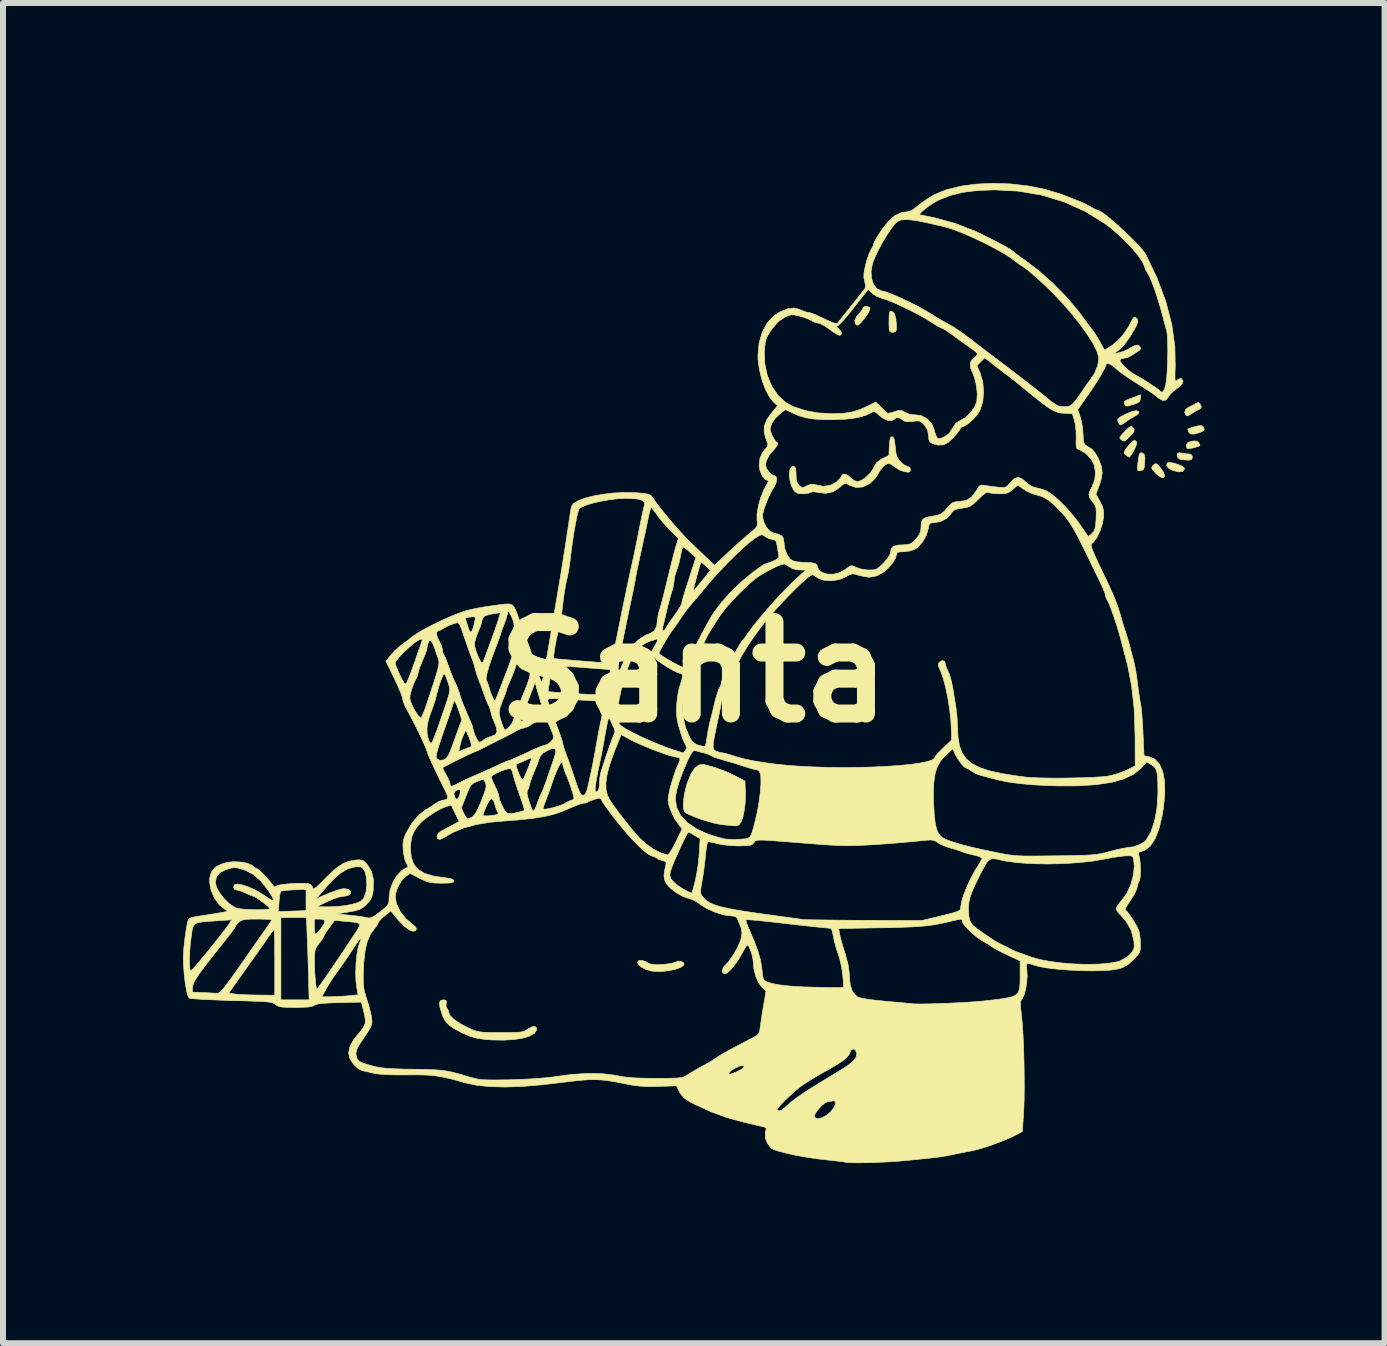
<source format=kicad_pcb>
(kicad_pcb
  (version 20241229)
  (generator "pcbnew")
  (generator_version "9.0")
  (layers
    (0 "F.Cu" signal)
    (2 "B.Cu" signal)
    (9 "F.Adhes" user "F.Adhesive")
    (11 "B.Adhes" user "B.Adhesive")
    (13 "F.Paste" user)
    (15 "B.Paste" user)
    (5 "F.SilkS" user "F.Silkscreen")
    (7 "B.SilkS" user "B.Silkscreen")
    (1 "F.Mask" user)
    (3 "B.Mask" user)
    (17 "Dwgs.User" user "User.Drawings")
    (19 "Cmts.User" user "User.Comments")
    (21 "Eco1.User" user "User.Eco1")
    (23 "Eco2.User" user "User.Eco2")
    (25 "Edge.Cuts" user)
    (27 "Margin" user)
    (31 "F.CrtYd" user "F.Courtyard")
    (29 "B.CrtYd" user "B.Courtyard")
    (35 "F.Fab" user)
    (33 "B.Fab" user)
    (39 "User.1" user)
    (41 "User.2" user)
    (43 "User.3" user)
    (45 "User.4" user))
  (footprint "Santa"
    (layer "F.Cu")
    (at 8.514 8.151)
    (property "Reference" "Santa" (at 0 0 0) (layer "F.SilkS") (effects (font (size 1.524 1.524) (thickness 0.3))))
    (attr through_hole)
    (fp_poly (pts (xy 7.711 -3.47) (xy 7.747 -3.436) (xy 7.775 -3.404) (xy 7.829 -3.325) (xy 7.845 -3.268) (xy 7.828 -3.24) (xy 7.783 -3.247) (xy 7.717 -3.295) (xy 7.696 -3.315) (xy 7.646 -3.369) (xy 7.627 -3.402) (xy 7.636 -3.428) (xy 7.655 -3.448) (xy 7.685 -3.473) (xy 7.711 -3.47)) (stroke (width 0.01) (type solid)) (fill yes) (layer "F.SilkS"))
    (fp_poly (pts (xy 8.004 -3.481) (xy 8.054 -3.466) (xy 8.134 -3.434) (xy 8.17 -3.404) (xy 8.174 -3.382) (xy 8.144 -3.345) (xy 8.078 -3.337) (xy 7.982 -3.361) (xy 7.976 -3.363) (xy 7.91 -3.399) (xy 7.878 -3.442) (xy 7.885 -3.481) (xy 7.899 -3.492) (xy 7.936 -3.494) (xy 8.004 -3.481)) (stroke (width 0.01) (type solid)) (fill yes) (layer "F.SilkS"))
    (fp_poly (pts (xy 8.393 -3.845) (xy 8.411 -3.831) (xy 8.43 -3.792) (xy 8.432 -3.781) (xy 8.411 -3.765) (xy 8.359 -3.747) (xy 8.296 -3.732) (xy 8.242 -3.725) (xy 8.218 -3.728) (xy 8.206 -3.763) (xy 8.204 -3.786) (xy 8.226 -3.82) (xy 8.278 -3.844) (xy 8.341 -3.854) (xy 8.393 -3.845)) (stroke (width 0.01) (type solid)) (fill yes) (layer "F.SilkS"))
    (fp_poly (pts (xy 7.442 -4.56) (xy 7.43 -4.512) (xy 7.384 -4.482) (xy 7.36 -4.474) (xy 7.29 -4.453) (xy 7.236 -4.434) (xy 7.236 -4.434) (xy 7.194 -4.437) (xy 7.178 -4.46) (xy 7.169 -4.49) (xy 7.175 -4.511) (xy 7.206 -4.531) (xy 7.271 -4.557) (xy 7.312 -4.573) (xy 7.442 -4.623) (xy 7.442 -4.56)) (stroke (width 0.01) (type solid)) (fill yes) (layer "F.SilkS"))
    (fp_poly (pts (xy 8.147 -3.649) (xy 8.218 -3.638) (xy 8.269 -3.633) (xy 8.274 -3.632) (xy 8.3 -3.611) (xy 8.306 -3.581) (xy 8.296 -3.546) (xy 8.256 -3.534) (xy 8.223 -3.534) (xy 8.151 -3.539) (xy 8.096 -3.548) (xy 8.06 -3.58) (xy 8.052 -3.612) (xy 8.058 -3.645) (xy 8.085 -3.656) (xy 8.147 -3.649)) (stroke (width 0.01) (type solid)) (fill yes) (layer "F.SilkS"))
    (fp_poly (pts (xy 2.923 -6.081) (xy 2.934 -6.07) (xy 2.93 -6.034) (xy 2.896 -5.971) (xy 2.84 -5.892) (xy 2.78 -5.822) (xy 2.74 -5.784) (xy 2.713 -5.783) (xy 2.695 -5.801) (xy 2.68 -5.856) (xy 2.712 -5.928) (xy 2.771 -5.996) (xy 2.807 -6.041) (xy 2.819 -6.071) (xy 2.839 -6.091) (xy 2.882 -6.095) (xy 2.923 -6.081)) (stroke (width 0.01) (type solid)) (fill yes) (layer "F.SilkS"))
    (fp_poly (pts (xy 3.337 -5.981) (xy 3.364 -5.899) (xy 3.376 -5.772) (xy 3.374 -5.704) (xy 3.361 -5.673) (xy 3.328 -5.664) (xy 3.315 -5.664) (xy 3.282 -5.667) (xy 3.263 -5.682) (xy 3.254 -5.72) (xy 3.251 -5.794) (xy 3.251 -5.844) (xy 3.253 -5.938) (xy 3.259 -5.991) (xy 3.272 -6.014) (xy 3.295 -6.015) (xy 3.337 -5.981)) (stroke (width 0.01) (type solid)) (fill yes) (layer "F.SilkS"))
    (fp_poly (pts (xy 7.297 -4.092) (xy 7.319 -4.071) (xy 7.338 -4.041) (xy 7.333 -4.011) (xy 7.3 -3.966) (xy 7.266 -3.93) (xy 7.211 -3.875) (xy 7.175 -3.852) (xy 7.145 -3.857) (xy 7.126 -3.869) (xy 7.101 -3.891) (xy 7.099 -3.915) (xy 7.124 -3.951) (xy 7.179 -4.01) (xy 7.238 -4.068) (xy 7.273 -4.094) (xy 7.297 -4.092)) (stroke (width 0.01) (type solid)) (fill yes) (layer "F.SilkS"))
    (fp_poly (pts (xy 7.379 -3.831) (xy 7.381 -3.825) (xy 7.375 -3.792) (xy 7.351 -3.734) (xy 7.317 -3.669) (xy 7.283 -3.613) (xy 7.257 -3.583) (xy 7.253 -3.581) (xy 7.232 -3.594) (xy 7.201 -3.616) (xy 7.169 -3.645) (xy 7.171 -3.675) (xy 7.195 -3.712) (xy 7.265 -3.804) (xy 7.317 -3.853) (xy 7.353 -3.862) (xy 7.379 -3.831)) (stroke (width 0.01) (type solid)) (fill yes) (layer "F.SilkS"))
    (fp_poly (pts (xy 7.468 -3.653) (xy 7.481 -3.648) (xy 7.505 -3.626) (xy 7.515 -3.577) (xy 7.513 -3.499) (xy 7.506 -3.42) (xy 7.492 -3.379) (xy 7.465 -3.361) (xy 7.445 -3.357) (xy 7.411 -3.355) (xy 7.395 -3.367) (xy 7.392 -3.407) (xy 7.4 -3.484) (xy 7.401 -3.495) (xy 7.413 -3.587) (xy 7.425 -3.637) (xy 7.442 -3.656) (xy 7.468 -3.653)) (stroke (width 0.01) (type solid)) (fill yes) (layer "F.SilkS"))
    (fp_poly (pts (xy 8.431 -4.474) (xy 8.433 -4.47) (xy 8.456 -4.419) (xy 8.438 -4.388) (xy 8.414 -4.377) (xy 8.361 -4.351) (xy 8.302 -4.314) (xy 8.248 -4.279) (xy 8.22 -4.269) (xy 8.199 -4.281) (xy 8.196 -4.284) (xy 8.178 -4.332) (xy 8.199 -4.382) (xy 8.249 -4.417) (xy 8.317 -4.449) (xy 8.364 -4.476) (xy 8.403 -4.495) (xy 8.431 -4.474)) (stroke (width 0.01) (type solid)) (fill yes) (layer "F.SilkS"))
    (fp_poly (pts (xy 8.484 -4.09) (xy 8.486 -4.087) (xy 8.505 -4.048) (xy 8.494 -4.024) (xy 8.445 -4) (xy 8.425 -3.993) (xy 8.333 -3.967) (xy 8.276 -3.969) (xy 8.246 -4) (xy 8.245 -4.003) (xy 8.232 -4.041) (xy 8.23 -4.05) (xy 8.252 -4.061) (xy 8.308 -4.079) (xy 8.346 -4.09) (xy 8.42 -4.108) (xy 8.461 -4.108) (xy 8.484 -4.09)) (stroke (width 0.01) (type solid)) (fill yes) (layer "F.SilkS"))
    (fp_poly (pts (xy 7.411 -4.344) (xy 7.417 -4.323) (xy 7.397 -4.297) (xy 7.348 -4.266) (xy 7.347 -4.266) (xy 7.277 -4.225) (xy 7.203 -4.176) (xy 7.199 -4.172) (xy 7.139 -4.131) (xy 7.106 -4.119) (xy 7.085 -4.138) (xy 7.07 -4.17) (xy 7.061 -4.202) (xy 7.073 -4.228) (xy 7.115 -4.258) (xy 7.194 -4.299) (xy 7.297 -4.343) (xy 7.37 -4.358) (xy 7.411 -4.344)) (stroke (width 0.01) (type solid)) (fill yes) (layer "F.SilkS"))
    (fp_poly (pts (xy -0.805 4.824) (xy -0.773 4.842) (xy -0.724 4.864) (xy -0.658 4.874) (xy -0.56 4.873) (xy -0.521 4.871) (xy -0.424 4.861) (xy -0.344 4.846) (xy -0.297 4.83) (xy -0.295 4.828) (xy -0.253 4.815) (xy -0.205 4.824) (xy -0.169 4.846) (xy -0.165 4.876) (xy -0.165 4.877) (xy -0.214 4.917) (xy -0.3 4.95) (xy -0.41 4.974) (xy -0.53 4.988) (xy -0.647 4.988) (xy -0.715 4.98) (xy -0.807 4.952) (xy -0.883 4.911) (xy -0.93 4.866) (xy -0.94 4.838) (xy -0.92 4.808) (xy -0.871 4.803) (xy -0.805 4.824)) (stroke (width 0.01) (type solid)) (fill yes) (layer "F.SilkS"))
    (fp_poly (pts (xy 0.351 1.59) (xy 0.534 1.658) (xy 0.695 1.732) (xy 0.699 1.734) (xy 0.851 1.816) (xy 0.858 2.03) (xy 0.856 2.16) (xy 0.842 2.289) (xy 0.818 2.404) (xy 0.788 2.493) (xy 0.753 2.544) (xy 0.751 2.546) (xy 0.73 2.556) (xy 0.7 2.561) (xy 0.648 2.559) (xy 0.567 2.552) (xy 0.452 2.539) (xy 0.363 2.523) (xy 0.254 2.494) (xy 0.138 2.458) (xy 0.026 2.418) (xy -0.069 2.379) (xy -0.135 2.345) (xy -0.158 2.326) (xy -0.175 2.267) (xy -0.176 2.173) (xy -0.162 2.055) (xy -0.133 1.925) (xy -0.114 1.857) (xy -0.053 1.704) (xy 0.015 1.599) (xy 0.091 1.545) (xy 0.173 1.54) (xy 0.351 1.59)) (stroke (width 0.01) (type solid)) (fill yes) (layer "F.SilkS"))
    (fp_poly (pts (xy -4.132 5.468) (xy -4.124 5.499) (xy -4.129 5.522) (xy -4.131 5.574) (xy -4.117 5.599) (xy -4.093 5.637) (xy -4.089 5.661) (xy -4.066 5.72) (xy -3.998 5.788) (xy -3.892 5.86) (xy -3.772 5.922) (xy -3.701 5.955) (xy -3.643 5.977) (xy -3.585 5.992) (xy -3.516 6.001) (xy -3.426 6.005) (xy -3.302 6.006) (xy -3.222 6.006) (xy -3.076 6.006) (xy -2.971 6.004) (xy -2.898 5.999) (xy -2.847 5.99) (xy -2.81 5.975) (xy -2.776 5.953) (xy -2.769 5.948) (xy -2.701 5.911) (xy -2.648 5.906) (xy -2.621 5.932) (xy -2.621 5.962) (xy -2.657 6.018) (xy -2.736 6.064) (xy -2.854 6.1) (xy -3.004 6.123) (xy -3.18 6.133) (xy -3.376 6.129) (xy -3.469 6.122) (xy -3.607 6.103) (xy -3.726 6.07) (xy -3.856 6.015) (xy -3.865 6.01) (xy -3.991 5.944) (xy -4.079 5.883) (xy -4.14 5.818) (xy -4.183 5.739) (xy -4.201 5.69) (xy -4.234 5.58) (xy -4.241 5.509) (xy -4.221 5.472) (xy -4.178 5.461) (xy -4.132 5.468)) (stroke (width 0.01) (type solid)) (fill yes) (layer "F.SilkS"))
    (fp_poly (pts (xy 3.325 -3.91) (xy 3.341 -3.864) (xy 3.353 -3.776) (xy 3.355 -3.752) (xy 3.367 -3.651) (xy 3.387 -3.583) (xy 3.42 -3.53) (xy 3.442 -3.505) (xy 3.499 -3.457) (xy 3.55 -3.431) (xy 3.561 -3.429) (xy 3.599 -3.409) (xy 3.607 -3.375) (xy 3.601 -3.341) (xy 3.575 -3.331) (xy 3.515 -3.339) (xy 3.512 -3.339) (xy 3.428 -3.368) (xy 3.355 -3.415) (xy 3.351 -3.418) (xy 3.285 -3.466) (xy 3.224 -3.474) (xy 3.164 -3.438) (xy 3.1 -3.358) (xy 3.046 -3.264) (xy 3.009 -3.217) (xy 2.95 -3.161) (xy 2.928 -3.143) (xy 2.816 -3.086) (xy 2.701 -3.077) (xy 2.589 -3.117) (xy 2.542 -3.142) (xy 2.508 -3.142) (xy 2.469 -3.115) (xy 2.432 -3.081) (xy 2.321 -3.006) (xy 2.192 -2.979) (xy 2.068 -2.995) (xy 1.986 -3.008) (xy 1.945 -2.997) (xy 1.906 -2.981) (xy 1.838 -2.972) (xy 1.812 -2.972) (xy 1.734 -2.978) (xy 1.687 -3.004) (xy 1.662 -3.035) (xy 1.621 -3.118) (xy 1.597 -3.211) (xy 1.589 -3.3) (xy 1.599 -3.373) (xy 1.627 -3.42) (xy 1.654 -3.429) (xy 1.682 -3.422) (xy 1.696 -3.392) (xy 1.701 -3.329) (xy 1.702 -3.293) (xy 1.707 -3.201) (xy 1.727 -3.143) (xy 1.755 -3.11) (xy 1.794 -3.079) (xy 1.828 -3.078) (xy 1.882 -3.105) (xy 1.882 -3.105) (xy 1.953 -3.133) (xy 2.018 -3.125) (xy 2.022 -3.123) (xy 2.15 -3.097) (xy 2.272 -3.112) (xy 2.374 -3.167) (xy 2.382 -3.174) (xy 2.432 -3.225) (xy 2.461 -3.266) (xy 2.464 -3.275) (xy 2.481 -3.3) (xy 2.524 -3.298) (xy 2.576 -3.271) (xy 2.611 -3.239) (xy 2.667 -3.194) (xy 2.724 -3.175) (xy 2.725 -3.175) (xy 2.791 -3.195) (xy 2.868 -3.247) (xy 2.939 -3.318) (xy 2.991 -3.395) (xy 3.001 -3.417) (xy 3.044 -3.491) (xy 3.12 -3.547) (xy 3.141 -3.558) (xy 3.249 -3.61) (xy 3.256 -3.767) (xy 3.264 -3.859) (xy 3.277 -3.908) (xy 3.299 -3.924) (xy 3.302 -3.924) (xy 3.325 -3.91)) (stroke (width 0.01) (type solid)) (fill yes) (layer "F.SilkS"))
    (fp_poly (pts (xy 5.278 -8.136) (xy 5.565 -8.103) (xy 5.842 -8.048) (xy 6.1 -7.971) (xy 6.16 -7.949) (xy 6.263 -7.908) (xy 6.358 -7.871) (xy 6.427 -7.844) (xy 6.439 -7.84) (xy 6.511 -7.807) (xy 6.594 -7.764) (xy 6.612 -7.753) (xy 6.676 -7.718) (xy 6.722 -7.698) (xy 6.732 -7.696) (xy 6.773 -7.679) (xy 6.843 -7.631) (xy 6.933 -7.56) (xy 7.036 -7.471) (xy 7.145 -7.372) (xy 7.254 -7.269) (xy 7.354 -7.169) (xy 7.439 -7.078) (xy 7.501 -7.003) (xy 7.529 -6.962) (xy 7.719 -6.566) (xy 7.864 -6.176) (xy 7.963 -5.796) (xy 8.015 -5.427) (xy 8.021 -5.107) (xy 8.017 -4.985) (xy 8.016 -4.907) (xy 8.019 -4.864) (xy 8.029 -4.851) (xy 8.044 -4.858) (xy 8.055 -4.867) (xy 8.099 -4.892) (xy 8.126 -4.89) (xy 8.152 -4.851) (xy 8.135 -4.801) (xy 8.089 -4.757) (xy 8.001 -4.691) (xy 7.945 -4.64) (xy 7.909 -4.591) (xy 7.902 -4.578) (xy 7.862 -4.532) (xy 7.809 -4.528) (xy 7.739 -4.569) (xy 7.71 -4.593) (xy 7.653 -4.637) (xy 7.566 -4.696) (xy 7.462 -4.763) (xy 7.384 -4.811) (xy 7.271 -4.882) (xy 7.164 -4.956) (xy 7.075 -5.023) (xy 7.035 -5.058) (xy 6.96 -5.119) (xy 6.902 -5.144) (xy 6.867 -5.131) (xy 6.858 -5.096) (xy 6.845 -5.063) (xy 6.811 -5) (xy 6.762 -4.916) (xy 6.705 -4.824) (xy 6.648 -4.734) (xy 6.596 -4.658) (xy 6.561 -4.61) (xy 6.536 -4.575) (xy 6.494 -4.515) (xy 6.469 -4.479) (xy 6.397 -4.374) (xy 6.439 -4.251) (xy 6.463 -4.155) (xy 6.48 -4.04) (xy 6.485 -3.963) (xy 6.49 -3.871) (xy 6.501 -3.816) (xy 6.523 -3.785) (xy 6.544 -3.772) (xy 6.626 -3.721) (xy 6.687 -3.652) (xy 6.744 -3.551) (xy 6.747 -3.543) (xy 6.791 -3.426) (xy 6.804 -3.319) (xy 6.784 -3.202) (xy 6.754 -3.11) (xy 6.7 -2.967) (xy 6.769 -2.84) (xy 6.812 -2.75) (xy 6.829 -2.674) (xy 6.827 -2.582) (xy 6.827 -2.582) (xy 6.806 -2.471) (xy 6.768 -2.354) (xy 6.718 -2.249) (xy 6.664 -2.172) (xy 6.648 -2.157) (xy 6.633 -2.144) (xy 6.623 -2.129) (xy 6.621 -2.108) (xy 6.628 -2.074) (xy 6.646 -2.023) (xy 6.678 -1.95) (xy 6.725 -1.848) (xy 6.789 -1.713) (xy 6.872 -1.539) (xy 6.91 -1.46) (xy 6.968 -1.333) (xy 7.024 -1.198) (xy 7.071 -1.071) (xy 7.103 -0.968) (xy 7.109 -0.948) (xy 7.13 -0.87) (xy 7.161 -0.769) (xy 7.184 -0.699) (xy 7.216 -0.598) (xy 7.246 -0.499) (xy 7.26 -0.445) (xy 7.282 -0.359) (xy 7.31 -0.256) (xy 7.325 -0.203) (xy 7.346 -0.112) (xy 7.368 0.008) (xy 7.386 0.135) (xy 7.391 0.175) (xy 7.406 0.295) (xy 7.423 0.41) (xy 7.438 0.5) (xy 7.443 0.524) (xy 7.453 0.59) (xy 7.464 0.694) (xy 7.474 0.823) (xy 7.482 0.966) (xy 7.484 1.014) (xy 7.501 1.393) (xy 7.581 1.408) (xy 7.683 1.451) (xy 7.761 1.537) (xy 7.815 1.664) (xy 7.844 1.828) (xy 7.847 2.027) (xy 7.825 2.258) (xy 7.799 2.412) (xy 7.747 2.623) (xy 7.681 2.787) (xy 7.601 2.903) (xy 7.508 2.971) (xy 7.465 2.985) (xy 7.416 3.001) (xy 7.407 3.03) (xy 7.418 3.064) (xy 7.431 3.123) (xy 7.439 3.208) (xy 7.442 3.302) (xy 7.439 3.391) (xy 7.43 3.459) (xy 7.417 3.492) (xy 7.417 3.493) (xy 7.397 3.528) (xy 7.391 3.57) (xy 7.377 3.62) (xy 7.341 3.696) (xy 7.288 3.782) (xy 7.278 3.797) (xy 7.228 3.874) (xy 7.194 3.932) (xy 7.183 3.961) (xy 7.185 3.962) (xy 7.212 3.983) (xy 7.255 4.036) (xy 7.305 4.109) (xy 7.354 4.189) (xy 7.395 4.265) (xy 7.418 4.321) (xy 7.432 4.398) (xy 7.441 4.496) (xy 7.442 4.54) (xy 7.44 4.615) (xy 7.426 4.669) (xy 7.393 4.719) (xy 7.333 4.783) (xy 7.32 4.795) (xy 7.233 4.873) (xy 7.152 4.92) (xy 7.065 4.947) (xy 6.95 4.965) (xy 6.8 4.975) (xy 6.625 4.978) (xy 6.435 4.974) (xy 6.242 4.965) (xy 6.056 4.95) (xy 5.889 4.93) (xy 5.751 4.906) (xy 5.656 4.879) (xy 5.584 4.855) (xy 5.549 4.861) (xy 5.541 4.903) (xy 5.548 4.962) (xy 5.554 5.061) (xy 5.546 5.174) (xy 5.528 5.285) (xy 5.503 5.378) (xy 5.472 5.437) (xy 5.472 5.438) (xy 5.452 5.465) (xy 5.443 5.501) (xy 5.442 5.557) (xy 5.45 5.645) (xy 5.459 5.72) (xy 5.473 5.861) (xy 5.484 6.041) (xy 5.494 6.249) (xy 5.5 6.472) (xy 5.504 6.7) (xy 5.505 6.92) (xy 5.503 7.122) (xy 5.497 7.292) (xy 5.494 7.338) (xy 5.474 7.654) (xy 5.393 7.699) (xy 5.281 7.754) (xy 5.139 7.814) (xy 4.984 7.873) (xy 4.831 7.924) (xy 4.697 7.962) (xy 4.636 7.976) (xy 4.544 7.993) (xy 4.429 8.016) (xy 4.318 8.039) (xy 4.252 8.053) (xy 4.193 8.064) (xy 4.134 8.074) (xy 4.067 8.083) (xy 3.983 8.093) (xy 3.875 8.105) (xy 3.734 8.119) (xy 3.553 8.137) (xy 3.499 8.142) (xy 3.359 8.154) (xy 3.205 8.163) (xy 3.046 8.171) (xy 2.892 8.175) (xy 2.753 8.177) (xy 2.638 8.176) (xy 2.558 8.172) (xy 2.527 8.167) (xy 2.493 8.161) (xy 2.42 8.152) (xy 2.317 8.14) (xy 2.197 8.127) (xy 2.024 8.106) (xy 1.85 8.079) (xy 1.685 8.049) (xy 1.537 8.016) (xy 1.415 7.984) (xy 1.327 7.954) (xy 1.287 7.931) (xy 1.225 7.852) (xy 1.19 7.76) (xy 1.189 7.674) (xy 1.194 7.658) (xy 1.206 7.606) (xy 1.188 7.585) (xy 1.187 7.585) (xy 1.152 7.576) (xy 1.077 7.558) (xy 0.973 7.533) (xy 0.85 7.504) (xy 0.818 7.496) (xy 0.546 7.422) (xy 0.475 7.396) (xy 2.007 7.396) (xy 2.025 7.433) (xy 2.072 7.442) (xy 2.138 7.425) (xy 2.211 7.385) (xy 2.277 7.329) (xy 2.333 7.257) (xy 2.361 7.197) (xy 2.358 7.157) (xy 2.324 7.143) (xy 2.305 7.147) (xy 2.248 7.159) (xy 2.22 7.162) (xy 2.179 7.182) (xy 2.123 7.229) (xy 2.067 7.291) (xy 2.024 7.351) (xy 2.007 7.396) (xy 0.475 7.396) (xy 0.287 7.327) (xy 0.21 7.292) (xy 1.386 7.292) (xy 1.387 7.294) (xy 1.415 7.314) (xy 1.459 7.3) (xy 1.525 7.249) (xy 1.574 7.204) (xy 1.635 7.151) (xy 1.721 7.087) (xy 1.836 7.008) (xy 1.983 6.913) (xy 2.167 6.8) (xy 2.391 6.665) (xy 2.436 6.638) (xy 2.566 6.554) (xy 2.653 6.483) (xy 2.701 6.419) (xy 2.713 6.359) (xy 2.713 6.352) (xy 2.691 6.296) (xy 2.654 6.278) (xy 2.617 6.3) (xy 2.601 6.337) (xy 2.582 6.381) (xy 2.541 6.428) (xy 2.473 6.482) (xy 2.373 6.547) (xy 2.234 6.628) (xy 2.174 6.661) (xy 2.092 6.707) (xy 2.031 6.742) (xy 1.975 6.776) (xy 1.907 6.819) (xy 1.829 6.869) (xy 1.76 6.919) (xy 1.679 6.986) (xy 1.595 7.062) (xy 1.515 7.138) (xy 1.448 7.207) (xy 1.402 7.261) (xy 1.386 7.292) (xy 0.21 7.292) (xy 0.02 7.205) (xy -0.064 7.163) (xy -0.165 7.096) (xy -0.231 7.015) (xy -0.241 6.995) (xy -0.292 6.894) (xy -0.597 6.904) (xy -0.761 6.906) (xy -0.897 6.899) (xy -1.028 6.883) (xy -1.168 6.856) (xy -1.334 6.823) (xy -1.476 6.802) (xy -1.609 6.792) (xy -1.746 6.792) (xy -1.902 6.803) (xy -2.089 6.824) (xy -2.159 6.833) (xy -2.532 6.877) (xy -2.861 6.904) (xy -3.149 6.914) (xy -3.402 6.907) (xy -3.622 6.884) (xy -3.813 6.844) (xy -3.848 6.834) (xy -4.021 6.785) (xy -4.168 6.751) (xy -4.304 6.728) (xy -4.445 6.715) (xy -4.607 6.711) (xy -4.783 6.712) (xy -5.003 6.712) (xy -5.176 6.705) (xy -5.301 6.692) (xy -5.334 6.685) (xy -5.423 6.664) (xy -5.499 6.647) (xy -5.53 6.64) (xy -5.603 6.603) (xy -5.677 6.528) (xy -5.733 6.441) (xy -5.752 6.357) (xy -5.632 6.357) (xy -5.627 6.392) (xy -5.615 6.437) (xy -5.593 6.472) (xy -5.551 6.5) (xy -5.482 6.527) (xy -5.375 6.558) (xy -5.321 6.572) (xy -5.239 6.589) (xy -5.132 6.602) (xy -4.994 6.61) (xy -4.816 6.616) (xy -4.686 6.617) (xy -4.498 6.62) (xy -4.35 6.625) (xy -4.229 6.633) (xy -4.124 6.647) (xy -4.025 6.667) (xy -3.918 6.695) (xy -3.835 6.72) (xy -3.736 6.748) (xy -3.637 6.774) (xy -3.594 6.783) (xy -3.522 6.792) (xy -3.409 6.796) (xy -3.266 6.796) (xy -3.103 6.794) (xy -2.929 6.788) (xy -2.756 6.781) (xy -2.593 6.77) (xy -2.45 6.758) (xy -2.338 6.745) (xy -2.324 6.742) (xy -2.042 6.705) (xy -1.775 6.687) (xy -1.535 6.691) (xy -1.329 6.715) (xy -1.295 6.722) (xy -1.189 6.742) (xy -1.073 6.756) (xy -0.937 6.764) (xy -0.769 6.768) (xy -0.635 6.769) (xy -0.473 6.769) (xy -0.353 6.767) (xy -0.268 6.763) (xy -0.209 6.756) (xy -0.167 6.744) (xy -0.134 6.728) (xy -0.114 6.715) (xy -0.064 6.683) (xy 0.584 6.683) (xy 0.587 6.7) (xy 0.602 6.702) (xy 0.641 6.689) (xy 0.715 6.659) (xy 0.722 6.656) (xy 0.791 6.619) (xy 0.831 6.587) (xy 0.837 6.564) (xy 0.806 6.558) (xy 0.772 6.564) (xy 0.703 6.59) (xy 0.638 6.626) (xy 0.594 6.663) (xy 0.584 6.683) (xy -0.064 6.683) (xy -0.054 6.677) (xy 0.033 6.626) (xy 0.13 6.572) (xy 0.14 6.567) (xy 0.229 6.517) (xy 0.305 6.473) (xy 0.351 6.442) (xy 0.356 6.438) (xy 0.396 6.411) (xy 0.471 6.366) (xy 0.572 6.309) (xy 0.689 6.245) (xy 0.811 6.181) (xy 0.928 6.12) (xy 0.958 6.106) (xy 1.033 6.066) (xy 1.074 6.031) (xy 1.094 5.987) (xy 1.104 5.922) (xy 1.115 5.844) (xy 1.131 5.734) (xy 1.151 5.611) (xy 1.16 5.558) (xy 1.202 5.313) (xy 1.136 5.254) (xy 1.077 5.176) (xy 1.029 5.065) (xy 0.999 4.941) (xy 0.991 4.846) (xy 0.983 4.776) (xy 0.964 4.695) (xy 0.938 4.62) (xy 0.911 4.565) (xy 0.89 4.547) (xy 0.871 4.567) (xy 0.838 4.622) (xy 0.799 4.693) (xy 0.743 4.789) (xy 0.678 4.88) (xy 0.613 4.958) (xy 0.557 5.011) (xy 0.518 5.029) (xy 0.48 5.011) (xy 0.471 4.968) (xy 0.493 4.916) (xy 0.516 4.891) (xy 0.587 4.813) (xy 0.661 4.706) (xy 0.728 4.587) (xy 0.775 4.477) (xy 0.786 4.436) (xy 0.8 4.344) (xy 0.79 4.272) (xy 0.776 4.236) (xy 0.748 4.167) (xy 0.734 4.128) (xy 0.867 4.128) (xy 0.87 4.156) (xy 0.891 4.216) (xy 0.92 4.287) (xy 1.007 4.489) (xy 1.069 4.658) (xy 1.109 4.799) (xy 1.13 4.923) (xy 1.14 5.013) (xy 1.151 5.085) (xy 1.159 5.119) (xy 1.199 5.155) (xy 1.289 5.186) (xy 1.425 5.212) (xy 1.608 5.232) (xy 1.835 5.246) (xy 2.106 5.253) (xy 2.169 5.254) (xy 2.496 5.258) (xy 2.482 5.061) (xy 2.461 4.913) (xy 2.426 4.762) (xy 2.402 4.691) (xy 2.367 4.582) (xy 2.337 4.472) (xy 2.321 4.392) (xy 2.305 4.311) (xy 2.283 4.273) (xy 2.412 4.273) (xy 2.428 4.365) (xy 2.443 4.432) (xy 2.47 4.529) (xy 2.504 4.639) (xy 2.517 4.681) (xy 2.569 4.87) (xy 2.59 5.03) (xy 2.591 5.057) (xy 2.604 5.214) (xy 2.645 5.328) (xy 2.713 5.402) (xy 2.749 5.421) (xy 2.804 5.435) (xy 2.898 5.451) (xy 3.019 5.467) (xy 3.156 5.481) (xy 3.2 5.485) (xy 3.336 5.497) (xy 3.456 5.508) (xy 3.551 5.517) (xy 3.609 5.523) (xy 3.619 5.525) (xy 3.677 5.529) (xy 3.776 5.53) (xy 3.907 5.529) (xy 4.061 5.524) (xy 4.228 5.518) (xy 4.398 5.51) (xy 4.563 5.501) (xy 4.713 5.49) (xy 4.839 5.479) (xy 4.877 5.475) (xy 5.058 5.454) (xy 5.195 5.434) (xy 5.294 5.412) (xy 5.362 5.382) (xy 5.403 5.34) (xy 5.425 5.281) (xy 5.434 5.201) (xy 5.436 5.095) (xy 5.436 5.055) (xy 5.436 4.812) (xy 5.226 4.714) (xy 5.126 4.666) (xy 5.039 4.62) (xy 4.979 4.585) (xy 4.966 4.575) (xy 4.91 4.536) (xy 4.835 4.493) (xy 4.819 4.485) (xy 4.747 4.44) (xy 4.667 4.377) (xy 4.588 4.306) (xy 4.523 4.236) (xy 4.481 4.179) (xy 4.47 4.151) (xy 4.469 4.131) (xy 4.458 4.12) (xy 4.429 4.12) (xy 4.372 4.131) (xy 4.278 4.152) (xy 4.242 4.161) (xy 4.125 4.187) (xy 4.016 4.208) (xy 3.904 4.224) (xy 3.783 4.236) (xy 3.642 4.245) (xy 3.473 4.252) (xy 3.268 4.258) (xy 3.117 4.26) (xy 2.412 4.273) (xy 2.283 4.273) (xy 2.282 4.273) (xy 2.264 4.267) (xy 2.219 4.264) (xy 2.128 4.255) (xy 1.993 4.241) (xy 1.817 4.222) (xy 1.603 4.198) (xy 1.356 4.17) (xy 1.221 4.155) (xy 1.095 4.142) (xy 0.988 4.132) (xy 0.91 4.127) (xy 0.87 4.127) (xy 0.867 4.128) (xy 0.734 4.128) (xy 0.727 4.111) (xy 0.727 4.108) (xy 0.69 4.072) (xy 0.64 4.064) (xy 0.508 4.048) (xy 0.36 4.004) (xy 0.217 3.941) (xy 0.098 3.866) (xy 0.076 3.848) (xy 0.005 3.803) (xy -0.076 3.775) (xy -0.177 3.741) (xy -0.287 3.68) (xy -0.386 3.605) (xy -0.456 3.529) (xy -0.459 3.524) (xy -0.489 3.462) (xy -0.499 3.395) (xy -0.499 3.395) (xy -0.4 3.395) (xy -0.383 3.444) (xy -0.335 3.5) (xy -0.332 3.504) (xy -0.275 3.551) (xy -0.197 3.603) (xy -0.117 3.649) (xy -0.052 3.678) (xy -0.035 3.682) (xy -0.027 3.66) (xy -0.022 3.643) (xy 0.111 3.643) (xy 0.114 3.686) (xy 0.129 3.72) (xy 0.157 3.757) (xy 0.201 3.802) (xy 0.26 3.841) (xy 0.339 3.876) (xy 0.443 3.909) (xy 0.579 3.94) (xy 0.751 3.971) (xy 0.965 4.004) (xy 1.116 4.026) (xy 1.294 4.05) (xy 1.459 4.073) (xy 1.603 4.093) (xy 1.72 4.108) (xy 1.799 4.119) (xy 1.829 4.122) (xy 1.874 4.125) (xy 1.964 4.127) (xy 2.092 4.129) (xy 2.252 4.131) (xy 2.437 4.133) (xy 2.642 4.135) (xy 2.857 4.136) (xy 3.796 4.14) (xy 4.12 4.062) (xy 4.252 4.029) (xy 4.343 4.005) (xy 4.399 3.985) (xy 4.43 3.967) (xy 4.443 3.945) (xy 4.444 3.933) (xy 4.575 3.933) (xy 4.575 3.95) (xy 4.582 4.069) (xy 4.604 4.154) (xy 4.645 4.217) (xy 4.713 4.273) (xy 4.837 4.36) (xy 4.929 4.423) (xy 4.997 4.468) (xy 5.051 4.501) (xy 5.1 4.527) (xy 5.136 4.544) (xy 5.209 4.58) (xy 5.268 4.61) (xy 5.283 4.619) (xy 5.332 4.642) (xy 5.402 4.67) (xy 5.41 4.673) (xy 5.489 4.701) (xy 5.584 4.735) (xy 5.626 4.75) (xy 5.767 4.79) (xy 5.94 4.823) (xy 6.134 4.847) (xy 6.338 4.863) (xy 6.542 4.869) (xy 6.735 4.866) (xy 6.905 4.853) (xy 7.041 4.83) (xy 7.093 4.815) (xy 7.18 4.771) (xy 7.258 4.714) (xy 7.28 4.691) (xy 7.32 4.635) (xy 7.337 4.581) (xy 7.335 4.506) (xy 7.333 4.483) (xy 7.29 4.309) (xy 7.201 4.15) (xy 7.125 4.064) (xy 7.072 4.006) (xy 7.04 3.957) (xy 7.036 3.941) (xy 7.052 3.904) (xy 7.094 3.845) (xy 7.136 3.796) (xy 7.219 3.678) (xy 7.284 3.533) (xy 7.325 3.377) (xy 7.339 3.226) (xy 7.325 3.107) (xy 7.312 3.076) (xy 7.285 3.062) (xy 7.231 3.06) (xy 7.167 3.064) (xy 7.06 3.077) (xy 6.936 3.097) (xy 6.858 3.112) (xy 6.647 3.149) (xy 6.406 3.175) (xy 6.149 3.191) (xy 5.887 3.197) (xy 5.633 3.192) (xy 5.399 3.176) (xy 5.197 3.149) (xy 5.13 3.135) (xy 5.044 3.116) (xy 4.982 3.109) (xy 4.936 3.119) (xy 4.895 3.153) (xy 4.853 3.216) (xy 4.8 3.315) (xy 4.761 3.391) (xy 4.685 3.545) (xy 4.632 3.665) (xy 4.598 3.763) (xy 4.58 3.849) (xy 4.575 3.933) (xy 4.444 3.933) (xy 4.446 3.918) (xy 4.446 3.916) (xy 4.459 3.831) (xy 4.494 3.717) (xy 4.546 3.585) (xy 4.608 3.449) (xy 4.676 3.321) (xy 4.726 3.24) (xy 4.768 3.172) (xy 4.795 3.12) (xy 4.801 3.103) (xy 4.778 3.084) (xy 4.719 3.062) (xy 4.655 3.046) (xy 4.567 3.025) (xy 4.494 3.003) (xy 4.462 2.991) (xy 4.412 2.972) (xy 4.334 2.947) (xy 4.277 2.932) (xy 4.184 2.901) (xy 4.099 2.863) (xy 4.064 2.841) (xy 4.028 2.816) (xy 3.991 2.802) (xy 3.943 2.797) (xy 3.871 2.801) (xy 3.763 2.812) (xy 3.742 2.814) (xy 3.632 2.825) (xy 3.487 2.838) (xy 3.319 2.852) (xy 3.142 2.865) (xy 3.01 2.874) (xy 2.837 2.884) (xy 2.69 2.89) (xy 2.557 2.892) (xy 2.422 2.89) (xy 2.274 2.882) (xy 2.098 2.87) (xy 1.956 2.859) (xy 1.716 2.84) (xy 1.522 2.825) (xy 1.369 2.813) (xy 1.251 2.805) (xy 1.164 2.8) (xy 1.102 2.799) (xy 1.061 2.801) (xy 1.035 2.807) (xy 1.02 2.815) (xy 1.01 2.827) (xy 1 2.842) (xy 0.999 2.843) (xy 0.976 2.868) (xy 0.941 2.884) (xy 0.884 2.892) (xy 0.794 2.895) (xy 0.74 2.896) (xy 0.609 2.89) (xy 0.484 2.877) (xy 0.387 2.857) (xy 0.385 2.856) (xy 0.308 2.837) (xy 0.251 2.828) (xy 0.232 2.83) (xy 0.22 2.86) (xy 0.208 2.927) (xy 0.196 3.02) (xy 0.193 3.054) (xy 0.179 3.189) (xy 0.159 3.341) (xy 0.137 3.474) (xy 0.119 3.577) (xy 0.111 3.643) (xy -0.022 3.643) (xy -0.01 3.6) (xy 0.013 3.514) (xy 0.02 3.486) (xy 0.045 3.369) (xy 0.068 3.225) (xy 0.084 3.081) (xy 0.088 3.032) (xy 0.104 2.775) (xy 0.012 2.721) (xy -0.047 2.687) (xy -0.086 2.669) (xy -0.091 2.667) (xy -0.109 2.689) (xy -0.141 2.747) (xy -0.183 2.833) (xy -0.231 2.935) (xy -0.28 3.043) (xy -0.326 3.148) (xy -0.363 3.24) (xy -0.387 3.307) (xy -0.394 3.331) (xy -0.4 3.395) (xy -0.499 3.395) (xy -0.489 3.308) (xy -0.469 3.222) (xy -0.463 3.174) (xy -0.487 3.15) (xy -0.531 3.138) (xy -0.59 3.119) (xy -0.623 3.097) (xy -0.624 3.097) (xy -0.659 3.075) (xy -0.675 3.073) (xy -0.73 3.053) (xy -0.81 2.997) (xy -0.91 2.908) (xy -1.024 2.792) (xy -1.147 2.654) (xy -1.254 2.525) (xy -1.343 2.411) (xy -1.422 2.307) (xy -1.484 2.222) (xy -1.523 2.163) (xy -1.534 2.142) (xy -1.549 2.109) (xy -1.577 2.101) (xy -1.633 2.113) (xy -1.65 2.118) (xy -1.717 2.141) (xy -1.762 2.161) (xy -1.768 2.166) (xy -1.807 2.182) (xy -1.832 2.184) (xy -1.863 2.188) (xy -1.907 2.201) (xy -1.973 2.226) (xy -2.069 2.267) (xy -2.172 2.312) (xy -2.312 2.363) (xy -2.485 2.405) (xy -2.697 2.439) (xy -2.952 2.465) (xy -3.124 2.478) (xy -3.399 2.502) (xy -3.632 2.541) (xy -3.834 2.596) (xy -4.014 2.67) (xy -4.171 2.76) (xy -4.232 2.788) (xy -4.268 2.778) (xy -4.283 2.733) (xy -4.258 2.683) (xy -4.219 2.654) (xy -4.171 2.628) (xy -4.098 2.589) (xy -4.042 2.559) (xy -3.912 2.489) (xy -3.979 2.353) (xy -4.021 2.267) (xy -3.877 2.267) (xy -3.829 2.363) (xy -3.797 2.422) (xy -3.772 2.443) (xy -3.736 2.435) (xy -3.711 2.423) (xy -3.672 2.395) (xy -3.668 2.389) (xy -3.516 2.389) (xy -3.489 2.395) (xy -3.43 2.395) (xy -3.36 2.388) (xy -3.298 2.378) (xy -3.28 2.373) (xy -3.26 2.351) (xy -3.27 2.33) (xy -3.294 2.284) (xy -3.313 2.223) (xy -3.338 2.141) (xy -3.365 2.108) (xy -3.397 2.124) (xy -3.437 2.188) (xy -3.455 2.227) (xy -3.489 2.305) (xy -3.511 2.364) (xy -3.516 2.389) (xy -3.668 2.389) (xy -3.634 2.344) (xy -3.592 2.263) (xy -3.543 2.147) (xy -3.499 2.034) (xy -3.473 1.956) (xy -3.463 1.903) (xy -3.467 1.864) (xy -3.475 1.842) (xy -3.496 1.802) (xy -3.521 1.79) (xy -3.567 1.803) (xy -3.6 1.817) (xy -3.656 1.841) (xy -3.694 1.864) (xy -3.723 1.896) (xy -3.75 1.949) (xy -3.785 2.034) (xy -3.803 2.08) (xy -3.877 2.267) (xy -4.021 2.267) (xy -4.046 2.217) (xy -4.137 2.244) (xy -4.22 2.279) (xy -4.323 2.337) (xy -4.428 2.407) (xy -4.519 2.477) (xy -4.563 2.519) (xy -4.653 2.633) (xy -4.703 2.747) (xy -4.723 2.88) (xy -4.724 2.929) (xy -4.712 3.078) (xy -4.672 3.196) (xy -4.6 3.286) (xy -4.491 3.352) (xy -4.342 3.398) (xy -4.153 3.426) (xy -4.061 3.439) (xy -4.013 3.457) (xy -4 3.48) (xy -4.01 3.499) (xy -4.044 3.511) (xy -4.112 3.516) (xy -4.208 3.517) (xy -4.321 3.514) (xy -4.404 3.503) (xy -4.479 3.479) (xy -4.567 3.438) (xy -4.572 3.435) (xy -4.73 3.353) (xy -4.806 3.408) (xy -4.879 3.483) (xy -4.938 3.587) (xy -4.973 3.697) (xy -4.977 3.747) (xy -4.955 3.864) (xy -4.895 3.988) (xy -4.804 4.105) (xy -4.691 4.203) (xy -4.68 4.21) (xy -4.637 4.25) (xy -4.623 4.283) (xy -4.644 4.31) (xy -4.68 4.318) (xy -4.739 4.298) (xy -4.816 4.242) (xy -4.903 4.159) (xy -4.982 4.066) (xy -5.05 3.98) (xy -5.154 4.062) (xy -5.213 4.114) (xy -5.25 4.156) (xy -5.258 4.173) (xy -5.274 4.209) (xy -5.312 4.26) (xy -5.317 4.266) (xy -5.39 4.366) (xy -5.443 4.488) (xy -5.479 4.641) (xy -5.501 4.832) (xy -5.506 4.931) (xy -5.51 5.07) (xy -5.51 5.172) (xy -5.503 5.253) (xy -5.49 5.326) (xy -5.467 5.405) (xy -5.451 5.452) (xy -5.417 5.563) (xy -5.389 5.672) (xy -5.371 5.757) (xy -5.37 5.766) (xy -5.365 5.821) (xy -5.369 5.867) (xy -5.388 5.918) (xy -5.427 5.984) (xy -5.489 6.078) (xy -5.499 6.092) (xy -5.566 6.192) (xy -5.607 6.262) (xy -5.627 6.314) (xy -5.632 6.357) (xy -5.752 6.357) (xy -5.754 6.347) (xy -5.733 6.24) (xy -5.673 6.128) (xy -5.642 6.089) (xy -5.561 5.992) (xy -5.508 5.92) (xy -5.481 5.861) (xy -5.475 5.802) (xy -5.485 5.731) (xy -5.499 5.671) (xy -5.541 5.499) (xy -5.914 5.508) (xy -6.075 5.513) (xy -6.192 5.52) (xy -6.27 5.531) (xy -6.315 5.545) (xy -6.327 5.552) (xy -6.364 5.57) (xy -6.432 5.581) (xy -6.539 5.587) (xy -6.642 5.588) (xy -6.768 5.587) (xy -6.854 5.582) (xy -6.911 5.573) (xy -6.948 5.557) (xy -6.971 5.539) (xy -6.99 5.524) (xy -7.017 5.512) (xy -7.057 5.503) (xy -7.118 5.495) (xy -7.203 5.489) (xy -7.321 5.484) (xy -7.477 5.478) (xy -7.677 5.473) (xy -7.696 5.472) (xy -7.878 5.467) (xy -8.044 5.46) (xy -8.187 5.453) (xy -8.301 5.446) (xy -8.378 5.439) (xy -8.41 5.433) (xy -8.431 5.399) (xy -8.452 5.323) (xy -8.465 5.255) (xy -8.357 5.255) (xy -8.357 5.332) (xy -8.172 5.341) (xy -8.074 5.345) (xy -7.99 5.35) (xy -7.938 5.353) (xy -7.938 5.353) (xy -7.92 5.347) (xy -7.751 5.347) (xy -7.666 5.362) (xy -7.607 5.369) (xy -7.511 5.375) (xy -7.392 5.379) (xy -7.283 5.381) (xy -6.985 5.385) (xy -6.985 4.839) (xy -6.986 4.678) (xy -6.987 4.537) (xy -6.989 4.421) (xy -6.992 4.338) (xy -6.996 4.296) (xy -6.997 4.293) (xy -7.018 4.312) (xy -7.054 4.359) (xy -7.067 4.379) (xy -7.099 4.425) (xy -7.155 4.506) (xy -7.23 4.612) (xy -7.318 4.737) (xy -7.414 4.872) (xy -7.438 4.906) (xy -7.751 5.347) (xy -7.92 5.347) (xy -7.913 5.344) (xy -7.876 5.312) (xy -7.825 5.252) (xy -7.755 5.161) (xy -7.663 5.034) (xy -7.569 4.9) (xy -7.468 4.755) (xy -7.37 4.614) (xy -7.28 4.486) (xy -7.206 4.379) (xy -7.152 4.304) (xy -7.144 4.292) (xy -7.091 4.217) (xy -7.053 4.159) (xy -7.036 4.129) (xy -7.036 4.128) (xy -7.059 4.122) (xy -7.123 4.118) (xy -7.215 4.115) (xy -7.282 4.115) (xy -7.399 4.116) (xy -7.477 4.121) (xy -7.529 4.133) (xy -7.565 4.152) (xy -7.587 4.17) (xy -7.628 4.215) (xy -7.645 4.246) (xy -7.645 4.246) (xy -7.661 4.273) (xy -7.702 4.331) (xy -7.764 4.411) (xy -7.84 4.508) (xy -7.856 4.528) (xy -8.006 4.715) (xy -8.126 4.869) (xy -8.218 4.992) (xy -8.284 5.088) (xy -8.327 5.162) (xy -8.35 5.218) (xy -8.357 5.255) (xy -8.465 5.255) (xy -8.472 5.217) (xy -8.489 5.089) (xy -8.501 4.949) (xy -8.508 4.808) (xy -8.509 4.769) (xy -8.406 4.769) (xy -8.406 4.87) (xy -8.4 4.942) (xy -8.388 4.977) (xy -8.385 4.978) (xy -8.362 4.959) (xy -8.314 4.907) (xy -8.245 4.827) (xy -8.161 4.726) (xy -8.072 4.616) (xy -7.976 4.496) (xy -7.889 4.386) (xy -7.817 4.292) (xy -7.766 4.224) (xy -7.742 4.191) (xy -7.703 4.127) (xy -7.951 4.144) (xy -8.1 4.154) (xy -8.205 4.164) (xy -8.277 4.179) (xy -8.321 4.204) (xy -8.347 4.243) (xy -8.362 4.302) (xy -8.374 4.385) (xy -8.377 4.403) (xy -8.392 4.526) (xy -8.402 4.651) (xy -8.406 4.769) (xy -8.509 4.769) (xy -8.509 4.743) (xy -8.505 4.655) (xy -8.495 4.545) (xy -8.481 4.426) (xy -8.464 4.31) (xy -8.447 4.21) (xy -8.43 4.14) (xy -8.421 4.117) (xy -8.388 4.096) (xy -8.363 4.089) (xy -6.883 4.089) (xy -6.883 5.461) (xy -6.413 5.461) (xy -6.414 5.41) (xy -6.202 5.41) (xy -6.067 5.41) (xy -5.964 5.407) (xy -5.843 5.4) (xy -5.764 5.394) (xy -5.596 5.378) (xy -5.62 5.248) (xy -5.633 5.137) (xy -5.636 5.002) (xy -5.631 4.858) (xy -5.618 4.721) (xy -5.599 4.605) (xy -5.579 4.536) (xy -5.555 4.473) (xy -5.545 4.433) (xy -5.546 4.428) (xy -5.563 4.444) (xy -5.601 4.494) (xy -5.654 4.571) (xy -5.705 4.649) (xy -5.778 4.759) (xy -5.853 4.868) (xy -5.918 4.96) (xy -5.947 4.998) (xy -6.012 5.09) (xy -6.081 5.198) (xy -6.12 5.264) (xy -6.202 5.41) (xy -6.414 5.41) (xy -6.42 5.163) (xy -6.423 5.021) (xy -6.429 4.85) (xy -6.43 4.813) (xy -6.323 4.813) (xy -6.322 4.921) (xy -6.317 5.033) (xy -6.309 5.136) (xy -6.3 5.219) (xy -6.29 5.271) (xy -6.284 5.283) (xy -6.267 5.264) (xy -6.228 5.213) (xy -6.177 5.141) (xy -6.167 5.126) (xy -6.066 4.98) (xy -5.947 4.804) (xy -5.816 4.609) (xy -5.683 4.408) (xy -5.661 4.375) (xy -5.605 4.29) (xy -5.573 4.233) (xy -5.572 4.198) (xy -5.605 4.178) (xy -5.677 4.166) (xy -5.794 4.155) (xy -5.82 4.153) (xy -5.988 4.137) (xy -6.08 4.263) (xy -6.129 4.333) (xy -6.162 4.387) (xy -6.172 4.411) (xy -6.187 4.443) (xy -6.226 4.496) (xy -6.247 4.522) (xy -6.285 4.571) (xy -6.308 4.617) (xy -6.319 4.676) (xy -6.323 4.763) (xy -6.323 4.813) (xy -6.43 4.813) (xy -6.435 4.669) (xy -6.441 4.498) (xy -6.442 4.477) (xy -6.456 4.115) (xy -6.325 4.115) (xy -6.325 4.242) (xy -6.321 4.314) (xy -6.312 4.36) (xy -6.306 4.368) (xy -6.28 4.349) (xy -6.238 4.302) (xy -6.217 4.275) (xy -6.164 4.197) (xy -6.15 4.147) (xy -6.175 4.122) (xy -6.236 4.115) (xy -6.325 4.115) (xy -6.456 4.115) (xy -6.457 4.089) (xy -6.883 4.089) (xy -8.363 4.089) (xy -8.326 4.079) (xy -8.311 4.077) (xy -8.234 4.064) (xy -8.133 4.049) (xy -8.052 4.036) (xy -7.955 4.02) (xy -7.87 4.006) (xy -7.823 3.997) (xy -7.794 3.99) (xy -6.925 3.99) (xy -6.695 3.982) (xy -6.464 3.975) (xy -6.464 3.78) (xy -6.292 3.78) (xy -6.291 3.785) (xy -6.286 3.782) (xy -6.233 3.75) (xy -6.149 3.712) (xy -6.051 3.672) (xy -5.953 3.637) (xy -5.872 3.614) (xy -5.829 3.607) (xy -5.755 3.621) (xy -5.72 3.654) (xy -5.725 3.692) (xy -5.767 3.724) (xy -5.835 3.735) (xy -5.912 3.748) (xy -6.015 3.782) (xy -6.109 3.823) (xy -6.287 3.91) (xy -6.076 3.911) (xy -5.949 3.906) (xy -5.816 3.891) (xy -5.704 3.871) (xy -5.7 3.87) (xy -5.606 3.843) (xy -5.548 3.815) (xy -5.51 3.778) (xy -5.493 3.749) (xy -5.463 3.656) (xy -5.451 3.54) (xy -5.458 3.422) (xy -5.482 3.325) (xy -5.487 3.315) (xy -5.518 3.267) (xy -5.556 3.246) (xy -5.622 3.243) (xy -5.637 3.244) (xy -5.763 3.274) (xy -5.896 3.353) (xy -6.018 3.464) (xy -6.09 3.541) (xy -6.159 3.619) (xy -6.22 3.689) (xy -6.266 3.745) (xy -6.292 3.78) (xy -6.464 3.78) (xy -6.464 3.62) (xy -6.668 3.628) (xy -6.765 3.634) (xy -6.841 3.642) (xy -6.883 3.651) (xy -6.887 3.653) (xy -6.897 3.686) (xy -6.907 3.754) (xy -6.914 3.83) (xy -6.925 3.99) (xy -7.794 3.99) (xy -7.779 3.986) (xy -7.782 3.972) (xy -7.814 3.954) (xy -7.912 3.874) (xy -7.993 3.761) (xy -8.049 3.628) (xy -8.07 3.502) (xy -7.976 3.502) (xy -7.955 3.586) (xy -7.902 3.682) (xy -7.827 3.778) (xy -7.739 3.862) (xy -7.651 3.92) (xy -7.615 3.934) (xy -7.554 3.945) (xy -7.468 3.953) (xy -7.369 3.958) (xy -7.267 3.96) (xy -7.175 3.958) (xy -7.104 3.953) (xy -7.068 3.945) (xy -7.065 3.94) (xy -7.091 3.911) (xy -7.144 3.866) (xy -7.21 3.815) (xy -7.275 3.769) (xy -7.325 3.74) (xy -7.342 3.734) (xy -7.379 3.723) (xy -7.441 3.696) (xy -7.468 3.683) (xy -7.541 3.651) (xy -7.605 3.633) (xy -7.619 3.632) (xy -7.662 3.615) (xy -7.671 3.581) (xy -7.656 3.541) (xy -7.608 3.531) (xy -7.526 3.545) (xy -7.418 3.582) (xy -7.301 3.636) (xy -7.19 3.701) (xy -7.157 3.723) (xy -7.071 3.781) (xy -7.021 3.805) (xy -7.007 3.792) (xy -7.027 3.744) (xy -7.081 3.657) (xy -7.092 3.641) (xy -7.213 3.485) (xy -7.338 3.374) (xy -7.474 3.302) (xy -7.509 3.29) (xy -7.594 3.265) (xy -7.655 3.257) (xy -7.716 3.266) (xy -7.785 3.286) (xy -7.892 3.336) (xy -7.954 3.405) (xy -7.976 3.498) (xy -7.976 3.502) (xy -8.07 3.502) (xy -8.072 3.493) (xy -8.07 3.435) (xy -8.041 3.331) (xy -7.979 3.254) (xy -7.876 3.199) (xy -7.779 3.171) (xy -7.672 3.159) (xy -7.558 3.164) (xy -7.453 3.183) (xy -7.371 3.215) (xy -7.339 3.24) (xy -7.298 3.271) (xy -7.277 3.277) (xy -7.249 3.295) (xy -7.2 3.341) (xy -7.137 3.407) (xy -7.072 3.48) (xy -7.014 3.551) (xy -6.993 3.579) (xy -6.971 3.574) (xy -6.954 3.563) (xy -6.911 3.548) (xy -6.832 3.536) (xy -6.731 3.526) (xy -6.622 3.52) (xy -6.521 3.519) (xy -6.44 3.523) (xy -6.397 3.533) (xy -6.358 3.574) (xy -6.35 3.605) (xy -6.337 3.614) (xy -6.297 3.588) (xy -6.229 3.525) (xy -6.166 3.461) (xy -6.041 3.337) (xy -5.937 3.249) (xy -5.844 3.189) (xy -5.754 3.153) (xy -5.658 3.134) (xy -5.577 3.127) (xy -5.527 3.134) (xy -5.486 3.162) (xy -5.443 3.208) (xy -5.373 3.322) (xy -5.34 3.461) (xy -5.344 3.632) (xy -5.345 3.643) (xy -5.364 3.737) (xy -5.401 3.808) (xy -5.458 3.871) (xy -5.514 3.921) (xy -5.57 3.953) (xy -5.641 3.976) (xy -5.745 3.995) (xy -5.755 3.997) (xy -5.956 4.029) (xy -5.742 4.05) (xy -5.633 4.062) (xy -5.535 4.075) (xy -5.466 4.088) (xy -5.455 4.091) (xy -5.412 4.098) (xy -5.369 4.089) (xy -5.313 4.056) (xy -5.233 3.997) (xy -5.231 3.995) (xy -5.154 3.934) (xy -5.109 3.889) (xy -5.087 3.849) (xy -5.081 3.797) (xy -5.08 3.756) (xy -5.063 3.629) (xy -5.017 3.503) (xy -4.949 3.391) (xy -4.868 3.305) (xy -4.795 3.263) (xy -4.766 3.248) (xy -4.769 3.223) (xy -4.791 3.186) (xy -4.815 3.128) (xy -4.835 3.04) (xy -4.845 2.964) (xy -4.849 2.869) (xy -4.84 2.795) (xy -4.813 2.72) (xy -4.781 2.653) (xy -4.69 2.505) (xy -4.585 2.382) (xy -4.475 2.297) (xy -4.456 2.287) (xy -4.382 2.243) (xy -4.31 2.191) (xy -4.244 2.152) (xy -4.182 2.134) (xy -4.178 2.134) (xy -4.121 2.123) (xy -4.102 2.088) (xy -4.12 2.026) (xy -3.999 2.026) (xy -3.987 2.084) (xy -3.956 2.119) (xy -3.927 2.103) (xy -3.901 2.038) (xy -3.898 2.026) (xy -3.892 1.974) (xy -3.912 1.956) (xy -3.918 1.956) (xy -3.974 1.976) (xy -3.999 2.026) (xy -4.12 2.026) (xy -4.12 2.024) (xy -4.137 1.988) (xy -4.186 1.892) (xy -4.241 1.781) (xy -4.297 1.664) (xy -4.331 1.592) (xy -4.187 1.592) (xy -4.18 1.614) (xy -4.154 1.666) (xy -4.13 1.708) (xy -4.092 1.781) (xy -4.068 1.842) (xy -4.064 1.863) (xy -4.059 1.894) (xy -4.036 1.901) (xy -3.987 1.883) (xy -3.924 1.851) (xy -3.85 1.814) (xy -3.75 1.767) (xy -3.698 1.744) (xy -3.378 1.744) (xy -3.367 1.782) (xy -3.34 1.848) (xy -3.315 1.9) (xy -3.279 1.978) (xy -3.256 2.041) (xy -3.251 2.066) (xy -3.238 2.128) (xy -3.204 2.213) (xy -3.156 2.302) (xy -3.154 2.305) (xy -3.123 2.343) (xy -3.081 2.359) (xy -3.015 2.354) (xy -2.938 2.338) (xy -2.873 2.321) (xy -2.832 2.306) (xy -2.828 2.303) (xy -2.83 2.275) (xy -2.848 2.21) (xy -2.878 2.12) (xy -2.905 2.045) (xy -2.913 2.023) (xy -2.782 2.023) (xy -2.761 2.11) (xy -2.756 2.126) (xy -2.729 2.203) (xy -2.709 2.262) (xy -2.703 2.28) (xy -2.683 2.311) (xy -2.656 2.295) (xy -2.645 2.271) (xy -2.515 2.271) (xy -2.5 2.284) (xy -2.453 2.281) (xy -2.368 2.263) (xy -2.316 2.25) (xy -2.234 2.224) (xy -2.169 2.198) (xy -2.146 2.185) (xy -2.095 2.155) (xy -2.049 2.138) (xy -2.014 2.126) (xy -2 2.106) (xy -2.005 2.065) (xy -2.025 1.994) (xy -2.058 1.895) (xy -2.099 1.783) (xy -2.124 1.724) (xy -2.156 1.641) (xy -2.178 1.572) (xy -2.184 1.54) (xy -2.194 1.505) (xy -2.203 1.5) (xy -2.225 1.522) (xy -2.257 1.58) (xy -2.294 1.662) (xy -2.331 1.754) (xy -2.361 1.841) (xy -2.388 1.921) (xy -2.424 2.023) (xy -2.453 2.1) (xy -2.485 2.182) (xy -2.507 2.244) (xy -2.515 2.271) (xy -2.645 2.271) (xy -2.626 2.235) (xy -2.616 2.203) (xy -2.586 2.12) (xy -2.555 2.046) (xy -2.548 2.032) (xy -2.523 1.976) (xy -2.489 1.89) (xy -2.454 1.793) (xy -2.453 1.791) (xy -2.413 1.674) (xy -2.371 1.552) (xy -2.34 1.464) (xy -2.308 1.36) (xy -2.302 1.296) (xy -2.325 1.271) (xy -2.38 1.279) (xy -2.438 1.304) (xy -2.517 1.351) (xy -2.562 1.405) (xy -2.579 1.448) (xy -2.606 1.524) (xy -2.644 1.618) (xy -2.664 1.664) (xy -2.7 1.751) (xy -2.728 1.833) (xy -2.736 1.867) (xy -2.754 1.932) (xy -2.775 1.974) (xy -2.782 2.023) (xy -2.913 2.023) (xy -2.945 1.931) (xy -2.98 1.826) (xy -3.005 1.744) (xy -3.012 1.713) (xy -3.029 1.65) (xy -3.051 1.612) (xy -3.053 1.61) (xy -3.09 1.61) (xy -3.154 1.627) (xy -3.23 1.655) (xy -3.303 1.689) (xy -3.358 1.72) (xy -3.378 1.744) (xy -3.698 1.744) (xy -3.643 1.719) (xy -3.632 1.715) (xy -3.511 1.662) (xy -3.38 1.603) (xy -3.271 1.553) (xy -3.232 1.535) (xy -2.962 1.535) (xy -2.959 1.573) (xy -2.935 1.645) (xy -2.904 1.721) (xy -2.876 1.773) (xy -2.854 1.793) (xy -2.85 1.792) (xy -2.832 1.761) (xy -2.803 1.696) (xy -2.768 1.611) (xy -2.765 1.605) (xy -2.733 1.521) (xy -2.711 1.459) (xy -2.703 1.43) (xy -2.703 1.429) (xy -2.727 1.435) (xy -2.781 1.458) (xy -2.814 1.473) (xy -2.883 1.504) (xy -2.935 1.522) (xy -2.947 1.524) (xy -2.962 1.535) (xy -3.232 1.535) (xy -3.186 1.514) (xy -3.12 1.486) (xy -3.085 1.473) (xy -3.083 1.473) (xy -3.052 1.463) (xy -2.991 1.437) (xy -2.936 1.412) (xy -2.774 1.337) (xy -2.653 1.281) (xy -2.567 1.245) (xy -2.512 1.224) (xy -2.484 1.218) (xy -2.435 1.2) (xy -2.382 1.157) (xy -2.344 1.109) (xy -2.337 1.085) (xy -2.346 1.048) (xy -2.369 0.984) (xy -2.4 0.909) (xy -2.433 0.837) (xy -2.46 0.783) (xy -2.476 0.762) (xy -2.513 0.773) (xy -2.574 0.799) (xy -2.642 0.833) (xy -2.7 0.864) (xy -2.728 0.885) (xy -2.728 0.885) (xy -2.762 0.907) (xy -2.822 0.927) (xy -2.826 0.928) (xy -2.905 0.952) (xy -2.968 0.983) (xy -3.018 1.011) (xy -3.099 1.054) (xy -3.197 1.104) (xy -3.235 1.123) (xy -3.332 1.171) (xy -3.414 1.212) (xy -3.468 1.241) (xy -3.48 1.247) (xy -3.533 1.275) (xy -3.581 1.297) (xy -3.778 1.384) (xy -3.978 1.482) (xy -4.128 1.56) (xy -4.171 1.583) (xy -4.187 1.592) (xy -4.331 1.592) (xy -4.35 1.551) (xy -4.395 1.452) (xy -4.42 1.395) (xy -4.294 1.395) (xy -4.292 1.433) (xy -4.288 1.44) (xy -4.234 1.471) (xy -4.166 1.461) (xy -4.134 1.441) (xy -4.099 1.398) (xy -4.064 1.329) (xy -4.062 1.324) (xy -3.918 1.324) (xy -3.823 1.284) (xy -3.761 1.259) (xy -3.722 1.246) (xy -3.718 1.245) (xy -3.708 1.224) (xy -3.718 1.168) (xy -3.747 1.089) (xy -3.755 1.07) (xy -3.801 0.967) (xy -3.842 1.052) (xy -3.876 1.14) (xy -3.9 1.231) (xy -3.918 1.324) (xy -4.062 1.324) (xy -4.056 1.308) (xy -4.03 1.236) (xy -3.993 1.135) (xy -3.953 1.024) (xy -3.944 1) (xy -3.868 0.793) (xy -3.926 0.619) (xy -3.956 0.541) (xy -3.981 0.491) (xy -3.996 0.48) (xy -3.998 0.483) (xy -4.013 0.529) (xy -4.037 0.601) (xy -4.048 0.635) (xy -4.071 0.702) (xy -4.106 0.805) (xy -4.149 0.928) (xy -4.195 1.061) (xy -4.201 1.078) (xy -4.25 1.223) (xy -4.28 1.327) (xy -4.294 1.395) (xy -4.42 1.395) (xy -4.428 1.376) (xy -4.444 1.333) (xy -4.445 1.329) (xy -4.456 1.293) (xy -4.486 1.222) (xy -4.529 1.126) (xy -4.581 1.016) (xy -4.619 0.938) (xy -4.449 0.938) (xy -4.445 1.023) (xy -4.43 1.1) (xy -4.409 1.158) (xy -4.385 1.184) (xy -4.37 1.179) (xy -4.353 1.147) (xy -4.324 1.077) (xy -4.287 0.979) (xy -4.246 0.863) (xy -4.242 0.851) (xy -4.182 0.677) (xy -4.136 0.545) (xy -4.104 0.447) (xy -4.083 0.375) (xy -4.072 0.322) (xy -4.07 0.282) (xy -4.075 0.248) (xy -4.086 0.211) (xy -4.101 0.166) (xy -4.127 0.09) (xy -4.15 0.04) (xy -4.162 0.026) (xy -4.179 0.048) (xy -4.205 0.107) (xy -4.235 0.189) (xy -4.264 0.282) (xy -4.288 0.373) (xy -4.294 0.397) (xy -4.315 0.478) (xy -4.349 0.581) (xy -4.38 0.663) (xy -4.416 0.766) (xy -4.441 0.87) (xy -4.449 0.938) (xy -4.619 0.938) (xy -4.638 0.901) (xy -4.694 0.791) (xy -4.744 0.697) (xy -4.767 0.656) (xy -4.811 0.572) (xy -4.842 0.497) (xy -4.852 0.453) (xy -4.855 0.438) (xy -4.734 0.438) (xy -4.721 0.492) (xy -4.707 0.527) (xy -4.668 0.61) (xy -4.622 0.685) (xy -4.58 0.74) (xy -4.55 0.762) (xy -4.549 0.762) (xy -4.534 0.74) (xy -4.507 0.679) (xy -4.474 0.591) (xy -4.452 0.527) (xy -4.386 0.329) (xy -4.335 0.173) (xy -4.297 0.052) (xy -4.271 -0.038) (xy -4.256 -0.103) (xy -4.249 -0.151) (xy -4.25 -0.187) (xy -4.257 -0.216) (xy -4.265 -0.237) (xy -4.293 -0.314) (xy -4.314 -0.381) (xy -4.34 -0.452) (xy -4.362 -0.495) (xy -4.389 -0.529) (xy -4.41 -0.52) (xy -4.419 -0.508) (xy -4.44 -0.451) (xy -4.445 -0.416) (xy -4.455 -0.367) (xy -4.482 -0.289) (xy -4.52 -0.198) (xy -4.521 -0.195) (xy -4.559 -0.105) (xy -4.586 -0.029) (xy -4.597 0.018) (xy -4.597 0.019) (xy -4.612 0.076) (xy -4.633 0.115) (xy -4.66 0.168) (xy -4.691 0.248) (xy -4.708 0.299) (xy -4.729 0.381) (xy -4.734 0.438) (xy -4.855 0.438) (xy -4.862 0.408) (xy -4.892 0.329) (xy -4.936 0.226) (xy -4.989 0.112) (xy -4.992 0.106) (xy -5.12 -0.156) (xy -4.979 -0.156) (xy -4.968 -0.114) (xy -4.94 -0.041) (xy -4.901 0.046) (xy -4.896 0.055) (xy -4.854 0.141) (xy -4.826 0.186) (xy -4.808 0.199) (xy -4.792 0.184) (xy -4.78 0.161) (xy -4.759 0.114) (xy -4.726 0.03) (xy -4.686 -0.079) (xy -4.641 -0.203) (xy -4.634 -0.224) (xy -4.593 -0.342) (xy -4.558 -0.442) (xy -4.534 -0.513) (xy -4.522 -0.548) (xy -4.521 -0.55) (xy -4.542 -0.548) (xy -4.576 -0.54) (xy -4.621 -0.515) (xy -4.687 -0.465) (xy -4.764 -0.398) (xy -4.842 -0.324) (xy -4.91 -0.253) (xy -4.959 -0.194) (xy -4.979 -0.157) (xy -4.979 -0.156) (xy -5.12 -0.156) (xy -5.132 -0.181) (xy -5.054 -0.281) (xy -4.988 -0.354) (xy -4.917 -0.419) (xy -4.894 -0.436) (xy -4.827 -0.486) (xy -4.744 -0.549) (xy -4.699 -0.586) (xy -4.612 -0.646) (xy -4.577 -0.667) (xy -4.289 -0.667) (xy -4.287 -0.616) (xy -4.259 -0.545) (xy -4.242 -0.514) (xy -4.208 -0.443) (xy -4.191 -0.38) (xy -4.191 -0.373) (xy -4.182 -0.316) (xy -4.168 -0.291) (xy -4.149 -0.256) (xy -4.121 -0.187) (xy -4.09 -0.102) (xy -4.053 -0.001) (xy -4.015 0.094) (xy -3.988 0.152) (xy -3.952 0.232) (xy -3.916 0.329) (xy -3.904 0.368) (xy -3.875 0.457) (xy -3.837 0.557) (xy -3.785 0.68) (xy -3.719 0.829) (xy -3.694 0.891) (xy -3.683 0.935) (xy -3.683 0.937) (xy -3.673 0.986) (xy -3.649 1.051) (xy -3.618 1.114) (xy -3.589 1.158) (xy -3.574 1.168) (xy -3.536 1.153) (xy -3.502 1.127) (xy -3.445 1.093) (xy -3.373 1.069) (xy -3.308 1.042) (xy -3.282 0.991) (xy -3.294 0.913) (xy -3.326 0.835) (xy -3.357 0.762) (xy -3.376 0.702) (xy -3.378 0.686) (xy -3.378 0.685) (xy -3.244 0.685) (xy -3.242 0.699) (xy -3.227 0.771) (xy -3.203 0.849) (xy -3.178 0.916) (xy -3.156 0.959) (xy -3.148 0.965) (xy -3.121 0.95) (xy -3.078 0.914) (xy -3.031 0.851) (xy -3.01 0.803) (xy -2.896 0.803) (xy -2.876 0.815) (xy -2.833 0.809) (xy -2.788 0.791) (xy -2.77 0.776) (xy -2.729 0.747) (xy -2.659 0.714) (xy -2.617 0.699) (xy -2.494 0.658) (xy -2.529 0.564) (xy -2.556 0.486) (xy -2.562 0.464) (xy -2.438 0.464) (xy -2.429 0.498) (xy -2.405 0.57) (xy -2.369 0.67) (xy -2.325 0.788) (xy -2.311 0.825) (xy -2.265 0.947) (xy -2.226 1.055) (xy -2.199 1.138) (xy -2.185 1.187) (xy -2.184 1.193) (xy -2.175 1.236) (xy -2.152 1.309) (xy -2.124 1.384) (xy -2.089 1.476) (xy -2.046 1.597) (xy -2.001 1.728) (xy -1.979 1.797) (xy -1.937 1.919) (xy -1.904 1.999) (xy -1.877 2.043) (xy -1.853 2.057) (xy -1.85 2.057) (xy -1.81 2.034) (xy -1.78 1.962) (xy -1.78 1.962) (xy -1.777 1.95) (xy -1.646 1.95) (xy -1.644 1.987) (xy -1.628 1.995) (xy -1.615 1.991) (xy -1.587 1.961) (xy -1.576 1.893) (xy -1.575 1.86) (xy -1.574 1.848) (xy -1.467 1.848) (xy -1.464 1.96) (xy -1.439 2.057) (xy -1.422 2.094) (xy -1.385 2.156) (xy -1.322 2.247) (xy -1.242 2.356) (xy -1.151 2.473) (xy -1.058 2.589) (xy -0.971 2.693) (xy -0.906 2.765) (xy -0.801 2.861) (xy -0.682 2.945) (xy -0.562 3.008) (xy -0.458 3.042) (xy -0.438 3.045) (xy -0.414 3.025) (xy -0.375 2.968) (xy -0.329 2.885) (xy -0.301 2.83) (xy -0.196 2.612) (xy -0.251 2.544) (xy -0.317 2.448) (xy -0.374 2.335) (xy -0.415 2.225) (xy -0.431 2.136) (xy -0.432 2.132) (xy -0.429 2.108) (xy -0.31 2.108) (xy -0.289 2.254) (xy -0.221 2.389) (xy -0.107 2.51) (xy 0.049 2.616) (xy 0.245 2.704) (xy 0.479 2.773) (xy 0.495 2.777) (xy 0.568 2.785) (xy 0.667 2.788) (xy 0.77 2.785) (xy 0.857 2.778) (xy 0.889 2.771) (xy 0.918 2.759) (xy 0.942 2.733) (xy 0.964 2.686) (xy 0.988 2.608) (xy 1.019 2.49) (xy 1.023 2.475) (xy 1.059 2.316) (xy 1.087 2.152) (xy 1.103 2.027) (xy 3.991 2.027) (xy 3.995 2.192) (xy 4.005 2.375) (xy 4.021 2.514) (xy 4.044 2.616) (xy 4.076 2.689) (xy 4.118 2.741) (xy 4.126 2.747) (xy 4.198 2.788) (xy 4.32 2.833) (xy 4.491 2.883) (xy 4.708 2.936) (xy 4.928 2.983) (xy 5.05 3.008) (xy 5.15 3.028) (xy 5.236 3.043) (xy 5.316 3.053) (xy 5.399 3.06) (xy 5.494 3.064) (xy 5.609 3.065) (xy 5.753 3.064) (xy 5.934 3.062) (xy 6.045 3.061) (xy 6.247 3.058) (xy 6.406 3.055) (xy 6.532 3.051) (xy 6.631 3.045) (xy 6.712 3.036) (xy 6.784 3.025) (xy 6.854 3.009) (xy 6.931 2.989) (xy 6.934 2.988) (xy 7.046 2.959) (xy 7.147 2.937) (xy 7.222 2.924) (xy 7.246 2.922) (xy 7.333 2.908) (xy 7.427 2.874) (xy 7.505 2.829) (xy 7.535 2.8) (xy 7.616 2.662) (xy 7.677 2.483) (xy 7.716 2.271) (xy 7.732 2.032) (xy 7.732 2.007) (xy 7.731 1.853) (xy 7.726 1.74) (xy 7.714 1.662) (xy 7.694 1.608) (xy 7.662 1.57) (xy 7.622 1.542) (xy 7.546 1.497) (xy 7.446 1.606) (xy 7.327 1.702) (xy 7.164 1.779) (xy 6.958 1.837) (xy 6.706 1.875) (xy 6.409 1.895) (xy 6.066 1.896) (xy 5.931 1.892) (xy 5.657 1.878) (xy 5.426 1.857) (xy 5.23 1.83) (xy 5.063 1.795) (xy 5.029 1.786) (xy 4.93 1.76) (xy 4.832 1.734) (xy 4.791 1.724) (xy 4.708 1.695) (xy 4.636 1.655) (xy 4.629 1.65) (xy 4.577 1.615) (xy 4.542 1.6) (xy 4.542 1.6) (xy 4.506 1.58) (xy 4.457 1.528) (xy 4.405 1.457) (xy 4.361 1.38) (xy 4.355 1.369) (xy 4.313 1.277) (xy 4.194 1.387) (xy 4.115 1.473) (xy 4.057 1.573) (xy 4.019 1.693) (xy 3.997 1.842) (xy 3.991 2.027) (xy 1.103 2.027) (xy 1.107 1.994) (xy 1.117 1.854) (xy 1.115 1.743) (xy 1.108 1.692) (xy 1.078 1.639) (xy 1.045 1.626) (xy 0.997 1.618) (xy 0.92 1.597) (xy 0.849 1.574) (xy 0.744 1.54) (xy 0.619 1.502) (xy 0.509 1.47) (xy 0.413 1.442) (xy 0.336 1.416) (xy 0.29 1.395) (xy 0.287 1.393) (xy 0.241 1.369) (xy 0.174 1.348) (xy 0.172 1.348) (xy 0.096 1.329) (xy 0.035 1.311) (xy 0.004 1.308) (xy -0.023 1.324) (xy -0.053 1.371) (xy -0.095 1.454) (xy -0.101 1.466) (xy -0.182 1.652) (xy -0.246 1.825) (xy -0.289 1.974) (xy -0.309 2.091) (xy -0.31 2.108) (xy -0.429 2.108) (xy -0.423 2.058) (xy -0.401 1.952) (xy -0.368 1.831) (xy -0.331 1.711) (xy -0.293 1.607) (xy -0.269 1.554) (xy -0.235 1.477) (xy -0.233 1.435) (xy -0.263 1.422) (xy -0.323 1.412) (xy -0.419 1.385) (xy -0.539 1.344) (xy -0.673 1.295) (xy -0.809 1.24) (xy -0.937 1.184) (xy -1.046 1.132) (xy -1.069 1.119) (xy -1.212 1.042) (xy -1.251 1.137) (xy -1.342 1.365) (xy -1.408 1.556) (xy -1.449 1.715) (xy -1.467 1.848) (xy -1.574 1.848) (xy -1.569 1.768) (xy -1.555 1.684) (xy -1.55 1.666) (xy -1.5 1.508) (xy -1.45 1.359) (xy -1.405 1.229) (xy -1.367 1.125) (xy -1.34 1.057) (xy -1.334 1.043) (xy -1.316 0.992) (xy -1.325 0.943) (xy -1.347 0.9) (xy -1.381 0.828) (xy -1.402 0.762) (xy -1.402 0.759) (xy -1.41 0.742) (xy -1.423 0.767) (xy -1.44 0.834) (xy -1.463 0.947) (xy -1.492 1.108) (xy -1.5 1.156) (xy -1.522 1.274) (xy -1.549 1.411) (xy -1.575 1.537) (xy -1.6 1.654) (xy -1.622 1.773) (xy -1.637 1.868) (xy -1.638 1.873) (xy -1.646 1.95) (xy -1.777 1.95) (xy -1.757 1.864) (xy -1.728 1.733) (xy -1.696 1.583) (xy -1.667 1.432) (xy -1.641 1.296) (xy -1.628 1.219) (xy -1.607 1.098) (xy -1.581 0.964) (xy -1.566 0.889) (xy -1.543 0.78) (xy -1.533 0.723) (xy -1.269 0.723) (xy -1.259 0.82) (xy -1.244 0.864) (xy -1.207 0.9) (xy -1.13 0.949) (xy -1.021 1.008) (xy -0.891 1.072) (xy -0.746 1.137) (xy -0.595 1.201) (xy -0.447 1.259) (xy -0.31 1.306) (xy -0.193 1.341) (xy -0.181 1.344) (xy -0.16 1.328) (xy -0.139 1.303) (xy -0.12 1.259) (xy -0.126 1.245) (xy 0.32 1.245) (xy 0.326 1.28) (xy 0.342 1.301) (xy 0.367 1.316) (xy 0.372 1.318) (xy 0.436 1.34) (xy 0.479 1.346) (xy 0.524 1.354) (xy 0.601 1.376) (xy 0.695 1.406) (xy 0.707 1.41) (xy 0.825 1.443) (xy 0.986 1.477) (xy 1.18 1.509) (xy 1.328 1.529) (xy 1.535 1.551) (xy 1.761 1.568) (xy 2 1.58) (xy 2.247 1.587) (xy 2.497 1.59) (xy 2.744 1.587) (xy 2.983 1.581) (xy 3.209 1.57) (xy 3.418 1.556) (xy 3.603 1.538) (xy 3.76 1.516) (xy 3.884 1.492) (xy 3.969 1.464) (xy 4.01 1.433) (xy 4.013 1.422) (xy 4.03 1.394) (xy 4.076 1.342) (xy 4.141 1.277) (xy 4.153 1.266) (xy 4.293 1.133) (xy 4.29 0.967) (xy 4.282 0.804) (xy 4.262 0.624) (xy 4.233 0.44) (xy 4.197 0.264) (xy 4.157 0.111) (xy 4.115 -0.008) (xy 4.109 -0.021) (xy 4.079 -0.09) (xy 4.072 -0.131) (xy 4.086 -0.16) (xy 4.096 -0.17) (xy 4.143 -0.194) (xy 4.18 -0.176) (xy 4.191 -0.137) (xy 4.202 -0.092) (xy 4.229 -0.025) (xy 4.24 -0.004) (xy 4.268 0.07) (xy 4.296 0.173) (xy 4.317 0.281) (xy 4.335 0.396) (xy 4.354 0.511) (xy 4.368 0.597) (xy 4.38 0.69) (xy 4.389 0.806) (xy 4.393 0.913) (xy 4.401 1.083) (xy 4.425 1.226) (xy 4.469 1.345) (xy 4.537 1.444) (xy 4.634 1.525) (xy 4.762 1.591) (xy 4.927 1.645) (xy 5.133 1.69) (xy 5.383 1.73) (xy 5.537 1.75) (xy 5.638 1.758) (xy 5.776 1.763) (xy 5.943 1.766) (xy 6.125 1.766) (xy 6.313 1.763) (xy 6.496 1.759) (xy 6.661 1.752) (xy 6.799 1.744) (xy 6.897 1.733) (xy 6.903 1.732) (xy 7.019 1.705) (xy 7.143 1.663) (xy 7.208 1.635) (xy 7.353 1.562) (xy 7.352 1.067) (xy 7.338 0.631) (xy 7.295 0.235) (xy 7.225 -0.125) (xy 7.201 -0.216) (xy 7.175 -0.312) (xy 7.145 -0.428) (xy 7.124 -0.508) (xy 7.09 -0.634) (xy 7.049 -0.77) (xy 7.005 -0.905) (xy 6.963 -1.025) (xy 6.926 -1.122) (xy 6.898 -1.182) (xy 6.895 -1.187) (xy 6.867 -1.241) (xy 6.858 -1.275) (xy 6.857 -1.291) (xy 6.85 -1.315) (xy 6.836 -1.351) (xy 6.813 -1.405) (xy 6.777 -1.482) (xy 6.727 -1.587) (xy 6.66 -1.725) (xy 6.575 -1.901) (xy 6.525 -2.003) (xy 6.438 -2.178) (xy 6.366 -2.316) (xy 6.304 -2.424) (xy 6.247 -2.512) (xy 6.189 -2.589) (xy 6.141 -2.645) (xy 6.016 -2.775) (xy 5.908 -2.866) (xy 5.809 -2.924) (xy 5.712 -2.953) (xy 5.708 -2.953) (xy 5.629 -2.977) (xy 5.539 -3.02) (xy 5.503 -3.043) (xy 5.394 -3.117) (xy 5.313 -3.044) (xy 5.256 -3.001) (xy 5.198 -2.979) (xy 5.118 -2.972) (xy 5.086 -2.972) (xy 5 -2.976) (xy 4.932 -2.986) (xy 4.906 -2.994) (xy 4.872 -2.993) (xy 4.817 -2.955) (xy 4.741 -2.883) (xy 4.668 -2.811) (xy 4.61 -2.769) (xy 4.552 -2.746) (xy 4.476 -2.733) (xy 4.469 -2.732) (xy 4.383 -2.718) (xy 4.331 -2.697) (xy 4.295 -2.659) (xy 4.282 -2.638) (xy 4.211 -2.562) (xy 4.109 -2.509) (xy 3.994 -2.489) (xy 3.992 -2.489) (xy 3.944 -2.484) (xy 3.92 -2.459) (xy 3.906 -2.4) (xy 3.904 -2.386) (xy 3.871 -2.275) (xy 3.809 -2.168) (xy 3.729 -2.08) (xy 3.676 -2.045) (xy 3.6 -2.02) (xy 3.508 -2.007) (xy 3.489 -2.007) (xy 3.416 -2.002) (xy 3.384 -1.985) (xy 3.378 -1.965) (xy 3.359 -1.899) (xy 3.309 -1.817) (xy 3.237 -1.732) (xy 3.173 -1.675) (xy 3.05 -1.604) (xy 2.918 -1.581) (xy 2.772 -1.606) (xy 2.759 -1.61) (xy 2.685 -1.633) (xy 2.635 -1.637) (xy 2.585 -1.619) (xy 2.53 -1.588) (xy 2.421 -1.543) (xy 2.299 -1.523) (xy 2.181 -1.528) (xy 2.083 -1.558) (xy 2.057 -1.575) (xy 2.007 -1.61) (xy 1.975 -1.625) (xy 1.975 -1.625) (xy 1.938 -1.607) (xy 1.874 -1.557) (xy 1.789 -1.481) (xy 1.688 -1.384) (xy 1.578 -1.272) (xy 1.463 -1.152) (xy 1.351 -1.03) (xy 1.247 -0.911) (xy 1.157 -0.801) (xy 1.117 -0.75) (xy 0.991 -0.578) (xy 0.889 -0.426) (xy 0.8 -0.278) (xy 0.715 -0.118) (xy 0.658 0) (xy 0.591 0.139) (xy 0.544 0.241) (xy 0.512 0.315) (xy 0.491 0.369) (xy 0.478 0.413) (xy 0.469 0.454) (xy 0.468 0.462) (xy 0.456 0.521) (xy 0.437 0.616) (xy 0.413 0.732) (xy 0.393 0.826) (xy 0.359 0.987) (xy 0.336 1.106) (xy 0.323 1.189) (xy 0.32 1.245) (xy -0.126 1.245) (xy -0.14 1.21) (xy -0.141 1.208) (xy -0.178 1.133) (xy -0.218 1.02) (xy -0.258 0.881) (xy -0.279 0.796) (xy -0.29 0.692) (xy -0.289 0.623) (xy -0.189 0.623) (xy -0.179 0.726) (xy -0.161 0.834) (xy -0.138 0.924) (xy -0.127 0.953) (xy -0.102 1.01) (xy -0.071 1.085) (xy -0.067 1.095) (xy -0.025 1.162) (xy 0.044 1.207) (xy 0.15 1.237) (xy 0.182 1.242) (xy 0.194 1.221) (xy 0.207 1.162) (xy 0.216 1.099) (xy 0.234 0.984) (xy 0.259 0.862) (xy 0.271 0.813) (xy 0.297 0.713) (xy 0.321 0.614) (xy 0.33 0.572) (xy 0.354 0.474) (xy 0.382 0.377) (xy 0.41 0.296) (xy 0.433 0.246) (xy 0.439 0.239) (xy 0.455 0.2) (xy 0.457 0.174) (xy 0.469 0.132) (xy 0.5 0.056) (xy 0.545 -0.043) (xy 0.599 -0.155) (xy 0.657 -0.268) (xy 0.714 -0.374) (xy 0.763 -0.46) (xy 0.8 -0.517) (xy 0.814 -0.533) (xy 0.838 -0.561) (xy 0.878 -0.615) (xy 0.896 -0.642) (xy 0.981 -0.758) (xy 1.094 -0.899) (xy 1.224 -1.052) (xy 1.363 -1.208) (xy 1.5 -1.355) (xy 1.626 -1.482) (xy 1.696 -1.548) (xy 1.866 -1.702) (xy 1.762 -1.702) (xy 1.655 -1.72) (xy 1.593 -1.753) (xy 1.541 -1.788) (xy 1.504 -1.803) (xy 1.503 -1.803) (xy 1.453 -1.791) (xy 1.373 -1.758) (xy 1.276 -1.711) (xy 1.176 -1.656) (xy 1.085 -1.601) (xy 1.021 -1.556) (xy 0.898 -1.449) (xy 0.768 -1.324) (xy 0.64 -1.191) (xy 0.527 -1.062) (xy 0.44 -0.949) (xy 0.418 -0.917) (xy 0.339 -0.793) (xy 0.28 -0.699) (xy 0.237 -0.625) (xy 0.202 -0.559) (xy 0.168 -0.489) (xy 0.132 -0.406) (xy 0.087 -0.306) (xy 0.046 -0.213) (xy 0.015 -0.147) (xy 0.012 -0.14) (xy -0.042 -0.009) (xy -0.095 0.155) (xy -0.143 0.334) (xy -0.18 0.509) (xy -0.186 0.546) (xy -0.189 0.623) (xy -0.289 0.623) (xy -0.289 0.56) (xy -0.275 0.419) (xy -0.251 0.289) (xy -0.23 0.217) (xy -0.197 0.113) (xy -0.19 0.048) (xy -0.209 0.025) (xy -0.21 0.025) (xy -0.263 0.011) (xy -0.344 -0.027) (xy -0.438 -0.08) (xy -0.533 -0.141) (xy -0.616 -0.202) (xy -0.673 -0.253) (xy -0.723 -0.31) (xy -0.72 -0.315) (xy -0.584 -0.315) (xy -0.564 -0.294) (xy -0.51 -0.257) (xy -0.435 -0.211) (xy -0.351 -0.163) (xy -0.27 -0.12) (xy -0.204 -0.089) (xy -0.166 -0.076) (xy -0.165 -0.076) (xy -0.14 -0.097) (xy -0.11 -0.149) (xy -0.106 -0.159) (xy -0.065 -0.252) (xy -0.006 -0.375) (xy 0.065 -0.515) (xy 0.142 -0.661) (xy 0.217 -0.799) (xy 0.284 -0.916) (xy 0.337 -1.001) (xy 0.338 -1.003) (xy 0.465 -1.169) (xy 0.623 -1.344) (xy 0.8 -1.513) (xy 0.97 -1.654) (xy 1.056 -1.718) (xy 1.127 -1.768) (xy 1.174 -1.798) (xy 1.186 -1.803) (xy 1.22 -1.812) (xy 1.282 -1.835) (xy 1.315 -1.848) (xy 1.381 -1.879) (xy 1.411 -1.909) (xy 1.413 -1.948) (xy 1.412 -1.956) (xy 1.4 -2.025) (xy 1.386 -2.108) (xy 1.385 -2.115) (xy 1.369 -2.179) (xy 1.341 -2.206) (xy 1.31 -2.21) (xy 1.247 -2.225) (xy 1.19 -2.258) (xy 1.156 -2.283) (xy 1.126 -2.289) (xy 1.087 -2.275) (xy 1.024 -2.236) (xy 0.997 -2.217) (xy 0.92 -2.158) (xy 0.818 -2.068) (xy 0.7 -1.957) (xy 0.574 -1.832) (xy 0.448 -1.702) (xy 0.331 -1.575) (xy 0.231 -1.459) (xy 0.201 -1.422) (xy 0.124 -1.328) (xy 0.044 -1.233) (xy -0.022 -1.157) (xy -0.026 -1.152) (xy -0.093 -1.073) (xy -0.167 -0.974) (xy -0.219 -0.898) (xy -0.274 -0.815) (xy -0.325 -0.742) (xy -0.359 -0.699) (xy -0.387 -0.659) (xy -0.429 -0.593) (xy -0.477 -0.513) (xy -0.524 -0.433) (xy -0.561 -0.365) (xy -0.582 -0.322) (xy -0.584 -0.315) (xy -0.72 -0.315) (xy -0.652 -0.438) (xy -0.614 -0.509) (xy -0.603 -0.545) (xy -0.616 -0.552) (xy -0.623 -0.549) (xy -0.68 -0.531) (xy -0.733 -0.516) (xy -0.797 -0.489) (xy -0.869 -0.444) (xy -0.882 -0.434) (xy -0.939 -0.373) (xy -1 -0.283) (xy -1.056 -0.181) (xy -1.098 -0.083) (xy -1.117 -0.006) (xy -1.118 0.004) (xy -1.127 0.062) (xy -1.141 0.09) (xy -1.158 0.125) (xy -1.183 0.195) (xy -1.21 0.288) (xy -1.217 0.316) (xy -1.247 0.458) (xy -1.265 0.598) (xy -1.269 0.723) (xy -1.533 0.723) (xy -1.523 0.671) (xy -1.513 0.606) (xy -1.496 0.488) (xy -1.77 0.472) (xy -1.911 0.464) (xy -2.058 0.456) (xy -2.189 0.448) (xy -2.242 0.445) (xy -2.348 0.441) (xy -2.411 0.445) (xy -2.437 0.458) (xy -2.438 0.464) (xy -2.562 0.464) (xy -2.587 0.385) (xy -2.606 0.32) (xy -2.606 0.319) (xy -2.429 0.319) (xy -2.429 0.323) (xy -2.402 0.327) (xy -2.334 0.333) (xy -2.236 0.341) (xy -2.117 0.349) (xy -1.988 0.358) (xy -1.858 0.365) (xy -1.737 0.372) (xy -1.636 0.376) (xy -1.599 0.377) (xy -1.458 0.381) (xy -1.427 0.233) (xy -1.411 0.141) (xy -1.405 0.102) (xy -1.295 0.102) (xy -1.286 0.123) (xy -1.278 0.119) (xy -1.275 0.088) (xy -1.278 0.085) (xy -1.294 0.088) (xy -1.295 0.102) (xy -1.405 0.102) (xy -1.4 0.064) (xy -1.27 0.064) (xy -1.23 -0.038) (xy -1.197 -0.116) (xy -1.152 -0.215) (xy -1.113 -0.298) (xy -1.031 -0.428) (xy -0.925 -0.538) (xy -0.807 -0.616) (xy -0.729 -0.645) (xy -0.662 -0.686) (xy -0.639 -0.73) (xy -0.524 -0.73) (xy -0.522 -0.693) (xy -0.499 -0.689) (xy -0.474 -0.722) (xy -0.453 -0.759) (xy -0.41 -0.824) (xy -0.353 -0.906) (xy -0.332 -0.936) (xy -0.273 -1.02) (xy -0.229 -1.091) (xy -0.205 -1.137) (xy -0.203 -1.146) (xy -0.196 -1.184) (xy -0.176 -1.257) (xy -0.149 -1.346) (xy -0.013 -1.346) (xy 0.005 -1.365) (xy 0.046 -1.414) (xy 0.105 -1.485) (xy 0.134 -1.521) (xy 0.275 -1.697) (xy 0.201 -1.767) (xy 0.153 -1.809) (xy 0.121 -1.828) (xy 0.117 -1.827) (xy 0.107 -1.8) (xy 0.088 -1.739) (xy 0.064 -1.655) (xy 0.039 -1.562) (xy 0.015 -1.473) (xy -0.003 -1.399) (xy -0.012 -1.354) (xy -0.013 -1.346) (xy -0.149 -1.346) (xy -0.148 -1.35) (xy -0.141 -1.371) (xy -0.101 -1.494) (xy -0.058 -1.629) (xy -0.023 -1.736) (xy 0.033 -1.91) (xy -0.073 -2.006) (xy -0.131 -2.056) (xy -0.174 -2.084) (xy -0.188 -2.086) (xy -0.198 -2.054) (xy -0.213 -1.988) (xy -0.225 -1.926) (xy -0.247 -1.826) (xy -0.276 -1.73) (xy -0.291 -1.688) (xy -0.317 -1.607) (xy -0.33 -1.531) (xy -0.33 -1.521) (xy -0.339 -1.448) (xy -0.361 -1.364) (xy -0.365 -1.353) (xy -0.386 -1.285) (xy -0.414 -1.185) (xy -0.443 -1.07) (xy -0.456 -1.016) (xy -0.481 -0.907) (xy -0.504 -0.814) (xy -0.52 -0.749) (xy -0.524 -0.73) (xy -0.639 -0.73) (xy -0.621 -0.765) (xy -0.61 -0.855) (xy -0.602 -0.919) (xy -0.583 -1.003) (xy -0.573 -1.038) (xy -0.545 -1.132) (xy -0.515 -1.243) (xy -0.499 -1.308) (xy -0.473 -1.414) (xy -0.447 -1.521) (xy -0.434 -1.575) (xy -0.412 -1.663) (xy -0.385 -1.773) (xy -0.365 -1.854) (xy -0.338 -1.96) (xy -0.31 -2.063) (xy -0.292 -2.124) (xy -0.259 -2.229) (xy -0.396 -2.364) (xy -0.478 -2.451) (xy -0.559 -2.546) (xy -0.615 -2.621) (xy -0.662 -2.687) (xy -0.698 -2.731) (xy -0.712 -2.743) (xy -0.724 -2.72) (xy -0.741 -2.661) (xy -0.758 -2.584) (xy -0.782 -2.467) (xy -0.809 -2.337) (xy -0.826 -2.261) (xy -0.849 -2.156) (xy -0.877 -2.025) (xy -0.906 -1.895) (xy -0.912 -1.867) (xy -0.937 -1.751) (xy -0.959 -1.642) (xy -0.975 -1.557) (xy -0.978 -1.537) (xy -0.99 -1.47) (xy -1.01 -1.368) (xy -1.035 -1.248) (xy -1.055 -1.156) (xy -1.115 -0.871) (xy -1.166 -0.622) (xy -1.207 -0.413) (xy -1.237 -0.246) (xy -1.256 -0.123) (xy -1.262 -0.064) (xy -1.27 0.064) (xy -1.4 0.064) (xy -1.4 0.06) (xy -1.397 0.022) (xy -1.397 -0.043) (xy -1.784 -0.072) (xy -1.927 -0.083) (xy -2.059 -0.092) (xy -2.169 -0.098) (xy -2.244 -0.101) (xy -2.263 -0.102) (xy -2.354 -0.102) (xy -2.395 0.107) (xy -2.413 0.203) (xy -2.425 0.277) (xy -2.429 0.319) (xy -2.606 0.319) (xy -2.647 0.17) (xy -2.693 0.295) (xy -2.727 0.382) (xy -2.771 0.492) (xy -2.816 0.603) (xy -2.817 0.606) (xy -2.854 0.694) (xy -2.881 0.763) (xy -2.895 0.8) (xy -2.896 0.803) (xy -3.01 0.803) (xy -3.006 0.793) (xy -2.989 0.74) (xy -2.958 0.655) (xy -2.917 0.55) (xy -2.89 0.483) (xy -2.827 0.327) (xy -2.781 0.211) (xy -2.751 0.126) (xy -2.735 0.062) (xy -2.732 0.013) (xy -2.739 -0.03) (xy -2.757 -0.076) (xy -2.779 -0.127) (xy -2.814 -0.208) (xy -2.837 -0.274) (xy -2.845 -0.305) (xy -2.853 -0.329) (xy -2.874 -0.313) (xy -2.903 -0.266) (xy -2.935 -0.195) (xy -2.956 -0.135) (xy -2.994 -0.026) (xy -3.039 0.089) (xy -3.063 0.142) (xy -3.097 0.218) (xy -3.119 0.278) (xy -3.124 0.3) (xy -3.134 0.337) (xy -3.159 0.404) (xy -3.189 0.476) (xy -3.232 0.594) (xy -3.244 0.685) (xy -3.378 0.685) (xy -3.389 0.638) (xy -3.415 0.569) (xy -3.426 0.545) (xy -3.466 0.452) (xy -3.502 0.355) (xy -3.506 0.343) (xy -3.539 0.249) (xy -3.577 0.152) (xy -3.582 0.14) (xy -3.601 0.089) (xy -3.462 0.089) (xy -3.461 0.133) (xy -3.459 0.135) (xy -3.437 0.181) (xy -3.418 0.24) (xy -3.397 0.312) (xy -3.37 0.385) (xy -3.343 0.445) (xy -3.323 0.478) (xy -3.316 0.48) (xy -3.302 0.452) (xy -3.277 0.391) (xy -3.244 0.307) (xy -3.243 0.304) (xy -3.2 0.193) (xy -3.155 0.075) (xy -3.125 0) (xy -3.086 -0.104) (xy -3.044 -0.224) (xy -3.018 -0.305) (xy -2.988 -0.392) (xy -2.961 -0.46) (xy -2.943 -0.494) (xy -2.922 -0.553) (xy -2.944 -0.638) (xy -2.959 -0.67) (xy -2.987 -0.739) (xy -2.998 -0.797) (xy -3.011 -0.854) (xy -3.04 -0.927) (xy -3.047 -0.94) (xy -3.094 -1.029) (xy -3.112 -0.953) (xy -3.135 -0.871) (xy -3.162 -0.8) (xy -3.192 -0.724) (xy -3.222 -0.635) (xy -3.226 -0.622) (xy -3.257 -0.532) (xy -3.293 -0.433) (xy -3.304 -0.406) (xy -3.364 -0.248) (xy -3.411 -0.108) (xy -3.444 0.007) (xy -3.462 0.089) (xy -3.601 0.089) (xy -3.615 0.051) (xy -3.641 -0.037) (xy -3.644 -0.051) (xy -3.667 -0.137) (xy -3.695 -0.216) (xy -3.719 -0.276) (xy -3.752 -0.367) (xy -3.787 -0.468) (xy -3.658 -0.468) (xy -3.649 -0.414) (xy -3.627 -0.341) (xy -3.597 -0.263) (xy -3.566 -0.197) (xy -3.541 -0.158) (xy -3.532 -0.152) (xy -3.513 -0.174) (xy -3.49 -0.226) (xy -3.487 -0.235) (xy -3.464 -0.3) (xy -3.43 -0.393) (xy -3.392 -0.494) (xy -3.391 -0.495) (xy -3.36 -0.581) (xy -3.324 -0.681) (xy -3.289 -0.783) (xy -3.258 -0.876) (xy -3.236 -0.947) (xy -3.226 -0.983) (xy -3.226 -0.985) (xy -3.248 -0.987) (xy -3.301 -0.98) (xy -3.369 -0.968) (xy -3.435 -0.952) (xy -3.482 -0.937) (xy -3.486 -0.935) (xy -3.523 -0.895) (xy -3.531 -0.866) (xy -3.541 -0.818) (xy -3.566 -0.743) (xy -3.594 -0.676) (xy -3.628 -0.588) (xy -3.651 -0.509) (xy -3.658 -0.468) (xy -3.787 -0.468) (xy -3.788 -0.471) (xy -3.797 -0.495) (xy -3.842 -0.629) (xy -3.874 -0.722) (xy -3.898 -0.781) (xy -3.919 -0.812) (xy -3.941 -0.822) (xy -3.968 -0.818) (xy -4.006 -0.806) (xy -4.009 -0.805) (xy -4.092 -0.774) (xy -4.166 -0.734) (xy -4.17 -0.732) (xy -4.225 -0.7) (xy -4.264 -0.686) (xy -4.265 -0.686) (xy -4.289 -0.667) (xy -4.577 -0.667) (xy -4.489 -0.718) (xy -4.34 -0.795) (xy -4.177 -0.873) (xy -4.109 -0.903) (xy -3.81 -0.903) (xy -3.803 -0.877) (xy -3.786 -0.822) (xy -3.782 -0.81) (xy -3.761 -0.743) (xy -3.745 -0.693) (xy -3.744 -0.691) (xy -3.725 -0.667) (xy -3.7 -0.686) (xy -3.678 -0.739) (xy -3.67 -0.769) (xy -3.655 -0.838) (xy -3.643 -0.89) (xy -3.645 -0.916) (xy -3.68 -0.923) (xy -3.721 -0.919) (xy -3.78 -0.911) (xy -3.809 -0.904) (xy -3.81 -0.903) (xy -4.109 -0.903) (xy -4.01 -0.946) (xy -3.937 -0.975) (xy -3.837 -1.011) (xy -3.73 -1.041) (xy -3.607 -1.067) (xy -3.457 -1.093) (xy -3.267 -1.119) (xy -3.253 -1.121) (xy -3.15 -1.134) (xy -3.078 -1.136) (xy -3.029 -1.12) (xy -2.992 -1.079) (xy -2.958 -1.006) (xy -2.918 -0.893) (xy -2.91 -0.87) (xy -2.87 -0.756) (xy -2.828 -0.642) (xy -2.792 -0.551) (xy -2.79 -0.546) (xy -2.756 -0.457) (xy -2.727 -0.375) (xy -2.717 -0.343) (xy -2.7 -0.285) (xy -2.673 -0.202) (xy -2.64 -0.106) (xy -2.607 -0.01) (xy -2.578 0.073) (xy -2.556 0.131) (xy -2.548 0.15) (xy -2.535 0.155) (xy -2.522 0.129) (xy -2.507 0.067) (xy -2.487 -0.037) (xy -2.478 -0.09) (xy -2.463 -0.178) (xy -2.454 -0.236) (xy -2.337 -0.236) (xy -2.334 -0.226) (xy -2.303 -0.223) (xy -2.232 -0.216) (xy -2.13 -0.207) (xy -2.01 -0.197) (xy -1.88 -0.186) (xy -1.752 -0.176) (xy -1.635 -0.167) (xy -1.541 -0.16) (xy -1.479 -0.156) (xy -1.467 -0.156) (xy -1.402 -0.159) (xy -1.371 -0.179) (xy -1.361 -0.21) (xy -1.351 -0.262) (xy -1.333 -0.347) (xy -1.313 -0.447) (xy -1.311 -0.457) (xy -1.249 -0.765) (xy -1.192 -1.048) (xy -1.139 -1.3) (xy -1.094 -1.517) (xy -1.056 -1.693) (xy -1.029 -1.816) (xy -1.006 -1.917) (xy -0.98 -2.043) (xy -0.954 -2.168) (xy -0.951 -2.184) (xy -0.914 -2.369) (xy -0.886 -2.511) (xy -0.864 -2.616) (xy -0.848 -2.691) (xy -0.836 -2.743) (xy -0.827 -2.778) (xy -0.824 -2.787) (xy -0.826 -2.833) (xy -0.866 -2.866) (xy -0.947 -2.886) (xy -1.074 -2.895) (xy -1.138 -2.896) (xy -1.271 -2.889) (xy -1.415 -2.872) (xy -1.559 -2.846) (xy -1.693 -2.815) (xy -1.805 -2.78) (xy -1.884 -2.744) (xy -1.913 -2.721) (xy -1.928 -2.682) (xy -1.949 -2.6) (xy -1.972 -2.484) (xy -1.997 -2.342) (xy -2.022 -2.18) (xy -2.046 -2.009) (xy -2.067 -1.835) (xy -2.07 -1.805) (xy -2.087 -1.695) (xy -2.111 -1.575) (xy -2.122 -1.53) (xy -2.14 -1.441) (xy -2.16 -1.323) (xy -2.178 -1.194) (xy -2.184 -1.138) (xy -2.201 -1.001) (xy -2.225 -0.855) (xy -2.251 -0.726) (xy -2.259 -0.69) (xy -2.285 -0.58) (xy -2.307 -0.468) (xy -2.325 -0.366) (xy -2.335 -0.285) (xy -2.337 -0.236) (xy -2.454 -0.236) (xy -2.442 -0.306) (xy -2.415 -0.465) (xy -2.384 -0.645) (xy -2.352 -0.837) (xy -2.324 -1.003) (xy -2.281 -1.259) (xy -2.245 -1.473) (xy -2.214 -1.657) (xy -2.188 -1.819) (xy -2.164 -1.969) (xy -2.141 -2.116) (xy -2.118 -2.27) (xy -2.096 -2.413) (xy -2.078 -2.534) (xy -2.062 -2.64) (xy -2.049 -2.719) (xy -2.043 -2.756) (xy -2.009 -2.807) (xy -1.932 -2.854) (xy -1.819 -2.898) (xy -1.679 -2.935) (xy -1.518 -2.964) (xy -1.344 -2.985) (xy -1.166 -2.994) (xy -0.99 -2.992) (xy -0.912 -2.986) (xy -0.815 -2.976) (xy -0.754 -2.964) (xy -0.714 -2.942) (xy -0.681 -2.903) (xy -0.655 -2.862) (xy -0.604 -2.79) (xy -0.527 -2.692) (xy -0.434 -2.578) (xy -0.332 -2.458) (xy -0.231 -2.344) (xy -0.14 -2.245) (xy -0.092 -2.196) (xy -0.022 -2.129) (xy 0.067 -2.043) (xy 0.159 -1.955) (xy 0.179 -1.937) (xy 0.345 -1.781) (xy 0.565 -1.989) (xy 0.669 -2.085) (xy 0.776 -2.182) (xy 0.871 -2.265) (xy 0.926 -2.311) (xy 0.999 -2.372) (xy 1.04 -2.414) (xy 1.056 -2.453) (xy 1.056 -2.501) (xy 1.051 -2.541) (xy 1.052 -2.602) (xy 1.143 -2.602) (xy 1.159 -2.515) (xy 1.199 -2.429) (xy 1.254 -2.359) (xy 1.313 -2.323) (xy 1.315 -2.323) (xy 1.411 -2.298) (xy 1.468 -2.268) (xy 1.493 -2.226) (xy 1.499 -2.173) (xy 1.512 -2.067) (xy 1.548 -1.967) (xy 1.598 -1.891) (xy 1.641 -1.858) (xy 1.703 -1.841) (xy 1.791 -1.831) (xy 1.841 -1.829) (xy 1.952 -1.824) (xy 2.021 -1.81) (xy 2.053 -1.782) (xy 2.057 -1.76) (xy 2.08 -1.702) (xy 2.139 -1.659) (xy 2.223 -1.634) (xy 2.32 -1.632) (xy 2.416 -1.654) (xy 2.446 -1.667) (xy 2.515 -1.707) (xy 2.571 -1.746) (xy 2.572 -1.747) (xy 2.607 -1.771) (xy 2.644 -1.771) (xy 2.704 -1.746) (xy 2.707 -1.744) (xy 2.788 -1.718) (xy 2.887 -1.703) (xy 2.921 -1.702) (xy 2.994 -1.705) (xy 3.046 -1.72) (xy 3.097 -1.757) (xy 3.162 -1.82) (xy 3.222 -1.889) (xy 3.263 -1.953) (xy 3.277 -1.991) (xy 3.287 -2.058) (xy 3.324 -2.097) (xy 3.394 -2.116) (xy 3.468 -2.12) (xy 3.554 -2.125) (xy 3.611 -2.14) (xy 3.66 -2.176) (xy 3.698 -2.216) (xy 3.754 -2.287) (xy 3.779 -2.352) (xy 3.785 -2.424) (xy 3.79 -2.498) (xy 3.812 -2.545) (xy 3.861 -2.574) (xy 3.947 -2.595) (xy 3.996 -2.602) (xy 4.066 -2.616) (xy 4.12 -2.639) (xy 4.173 -2.681) (xy 4.237 -2.753) (xy 4.259 -2.779) (xy 4.308 -2.823) (xy 4.371 -2.842) (xy 4.427 -2.845) (xy 4.539 -2.862) (xy 4.629 -2.918) (xy 4.704 -3.019) (xy 4.713 -3.035) (xy 4.749 -3.094) (xy 4.784 -3.117) (xy 4.834 -3.114) (xy 4.839 -3.114) (xy 4.908 -3.102) (xy 5.002 -3.09) (xy 5.057 -3.083) (xy 5.139 -3.076) (xy 5.19 -3.081) (xy 5.227 -3.105) (xy 5.27 -3.156) (xy 5.273 -3.159) (xy 5.342 -3.227) (xy 5.406 -3.246) (xy 5.474 -3.217) (xy 5.523 -3.174) (xy 5.587 -3.121) (xy 5.65 -3.087) (xy 5.663 -3.083) (xy 5.779 -3.054) (xy 5.865 -3.024) (xy 5.939 -2.982) (xy 6.019 -2.919) (xy 6.089 -2.857) (xy 6.192 -2.755) (xy 6.301 -2.631) (xy 6.397 -2.51) (xy 6.417 -2.482) (xy 6.479 -2.393) (xy 6.529 -2.321) (xy 6.561 -2.276) (xy 6.569 -2.264) (xy 6.589 -2.273) (xy 6.631 -2.307) (xy 6.634 -2.31) (xy 6.665 -2.347) (xy 6.684 -2.394) (xy 6.696 -2.467) (xy 6.702 -2.562) (xy 6.705 -2.664) (xy 6.701 -2.731) (xy 6.686 -2.778) (xy 6.658 -2.82) (xy 6.645 -2.837) (xy 6.596 -2.905) (xy 6.583 -2.963) (xy 6.603 -3.03) (xy 6.635 -3.09) (xy 6.68 -3.206) (xy 6.691 -3.335) (xy 6.669 -3.457) (xy 6.628 -3.539) (xy 6.529 -3.647) (xy 6.426 -3.706) (xy 6.414 -3.71) (xy 6.387 -3.722) (xy 6.373 -3.749) (xy 6.368 -3.802) (xy 6.37 -3.893) (xy 6.37 -3.9) (xy 6.368 -4.017) (xy 6.356 -4.129) (xy 6.342 -4.191) (xy 6.307 -4.305) (xy 6.174 -4.313) (xy 6.117 -4.318) (xy 6.064 -4.329) (xy 6.009 -4.35) (xy 5.947 -4.383) (xy 5.871 -4.433) (xy 5.777 -4.504) (xy 5.658 -4.599) (xy 5.507 -4.721) (xy 5.441 -4.776) (xy 5.356 -4.845) (xy 5.28 -4.905) (xy 5.226 -4.947) (xy 5.216 -4.954) (xy 5.17 -4.987) (xy 5.099 -5.042) (xy 5.016 -5.106) (xy 5.004 -5.115) (xy 4.847 -5.239) (xy 4.717 -5.109) (xy 4.771 -4.982) (xy 4.814 -4.833) (xy 4.828 -4.668) (xy 4.813 -4.505) (xy 4.768 -4.365) (xy 4.768 -4.364) (xy 4.721 -4.291) (xy 4.655 -4.215) (xy 4.582 -4.149) (xy 4.514 -4.103) (xy 4.471 -4.089) (xy 4.446 -4.072) (xy 4.445 -4.067) (xy 4.429 -4.038) (xy 4.388 -3.983) (xy 4.329 -3.915) (xy 4.328 -3.914) (xy 4.238 -3.829) (xy 4.154 -3.787) (xy 4.063 -3.785) (xy 3.977 -3.809) (xy 3.933 -3.835) (xy 3.915 -3.877) (xy 3.912 -3.934) (xy 3.893 -4.036) (xy 3.844 -4.115) (xy 3.8 -4.162) (xy 3.761 -4.184) (xy 3.705 -4.186) (xy 3.645 -4.179) (xy 3.559 -4.173) (xy 3.508 -4.182) (xy 3.481 -4.202) (xy 3.432 -4.235) (xy 3.377 -4.239) (xy 3.34 -4.216) (xy 3.297 -4.19) (xy 3.231 -4.195) (xy 3.155 -4.228) (xy 3.092 -4.276) (xy 3.036 -4.326) (xy 3 -4.343) (xy 2.968 -4.334) (xy 2.959 -4.327) (xy 2.86 -4.278) (xy 2.718 -4.24) (xy 2.539 -4.216) (xy 2.337 -4.207) (xy 2.144 -4.208) (xy 1.989 -4.219) (xy 1.861 -4.24) (xy 1.748 -4.274) (xy 1.658 -4.312) (xy 1.526 -4.376) (xy 1.436 -4.308) (xy 1.357 -4.232) (xy 1.299 -4.147) (xy 1.271 -4.068) (xy 1.27 -4.053) (xy 1.28 -4.005) (xy 1.305 -3.942) (xy 1.337 -3.882) (xy 1.365 -3.842) (xy 1.376 -3.835) (xy 1.397 -3.819) (xy 1.387 -3.779) (xy 1.351 -3.727) (xy 1.331 -3.706) (xy 1.254 -3.615) (xy 1.205 -3.517) (xy 1.194 -3.451) (xy 1.211 -3.394) (xy 1.251 -3.334) (xy 1.3 -3.289) (xy 1.335 -3.277) (xy 1.37 -3.257) (xy 1.38 -3.207) (xy 1.366 -3.142) (xy 1.337 -3.089) (xy 1.293 -3.015) (xy 1.245 -2.916) (xy 1.201 -2.808) (xy 1.165 -2.706) (xy 1.145 -2.626) (xy 1.143 -2.602) (xy 1.052 -2.602) (xy 1.052 -2.645) (xy 1.075 -2.774) (xy 1.114 -2.911) (xy 1.166 -3.039) (xy 1.195 -3.094) (xy 1.231 -3.157) (xy 1.242 -3.189) (xy 1.229 -3.199) (xy 1.212 -3.2) (xy 1.173 -3.223) (xy 1.134 -3.279) (xy 1.103 -3.353) (xy 1.088 -3.429) (xy 1.087 -3.441) (xy 1.101 -3.566) (xy 1.148 -3.666) (xy 1.184 -3.71) (xy 1.223 -3.756) (xy 1.232 -3.794) (xy 1.216 -3.848) (xy 1.207 -3.868) (xy 1.17 -3.994) (xy 1.173 -4.106) (xy 1.22 -4.217) (xy 1.281 -4.302) (xy 1.393 -4.44) (xy 1.328 -4.499) (xy 1.255 -4.591) (xy 1.188 -4.721) (xy 1.132 -4.876) (xy 1.091 -5.042) (xy 1.069 -5.208) (xy 1.067 -5.278) (xy 1.074 -5.349) (xy 1.175 -5.349) (xy 1.181 -5.138) (xy 1.224 -4.94) (xy 1.299 -4.762) (xy 1.403 -4.61) (xy 1.532 -4.492) (xy 1.657 -4.425) (xy 1.858 -4.359) (xy 2.059 -4.321) (xy 2.284 -4.307) (xy 2.311 -4.307) (xy 2.491 -4.313) (xy 2.64 -4.336) (xy 2.78 -4.381) (xy 2.904 -4.438) (xy 3.027 -4.501) (xy 3.107 -4.429) (xy 3.162 -4.377) (xy 3.2 -4.335) (xy 3.206 -4.327) (xy 3.235 -4.314) (xy 3.293 -4.324) (xy 3.334 -4.338) (xy 3.405 -4.36) (xy 3.451 -4.363) (xy 3.495 -4.343) (xy 3.516 -4.329) (xy 3.605 -4.294) (xy 3.672 -4.289) (xy 3.785 -4.276) (xy 3.886 -4.222) (xy 3.964 -4.139) (xy 4.003 -4.041) (xy 4.025 -3.962) (xy 4.054 -3.906) (xy 4.081 -3.886) (xy 4.109 -3.895) (xy 4.164 -3.917) (xy 4.176 -3.922) (xy 4.257 -3.98) (xy 4.308 -4.061) (xy 4.362 -4.145) (xy 4.432 -4.19) (xy 4.437 -4.192) (xy 4.524 -4.241) (xy 4.609 -4.322) (xy 4.677 -4.418) (xy 4.714 -4.509) (xy 4.722 -4.635) (xy 4.708 -4.777) (xy 4.675 -4.912) (xy 4.648 -4.979) (xy 4.608 -5.076) (xy 4.603 -5.148) (xy 4.635 -5.204) (xy 4.661 -5.228) (xy 4.705 -5.27) (xy 4.724 -5.302) (xy 4.724 -5.303) (xy 4.705 -5.329) (xy 4.653 -5.372) (xy 4.581 -5.424) (xy 4.579 -5.426) (xy 4.48 -5.495) (xy 4.376 -5.57) (xy 4.312 -5.618) (xy 4.237 -5.672) (xy 4.171 -5.713) (xy 4.139 -5.728) (xy 4.092 -5.75) (xy 4.019 -5.792) (xy 3.935 -5.845) (xy 3.93 -5.848) (xy 3.835 -5.907) (xy 3.714 -5.973) (xy 3.58 -6.041) (xy 3.443 -6.107) (xy 3.316 -6.164) (xy 3.208 -6.207) (xy 3.132 -6.231) (xy 3.125 -6.233) (xy 3.044 -6.263) (xy 2.971 -6.312) (xy 2.97 -6.314) (xy 2.903 -6.378) (xy 2.664 -6.073) (xy 2.579 -5.967) (xy 2.502 -5.877) (xy 2.44 -5.809) (xy 2.399 -5.772) (xy 2.388 -5.767) (xy 2.374 -5.757) (xy 2.406 -5.727) (xy 2.407 -5.726) (xy 2.45 -5.682) (xy 2.462 -5.641) (xy 2.441 -5.616) (xy 2.425 -5.613) (xy 2.386 -5.628) (xy 2.322 -5.667) (xy 2.258 -5.715) (xy 2.182 -5.768) (xy 2.114 -5.805) (xy 2.073 -5.817) (xy 2.01 -5.831) (xy 1.962 -5.856) (xy 1.905 -5.885) (xy 1.822 -5.915) (xy 1.765 -5.932) (xy 1.682 -5.951) (xy 1.625 -5.955) (xy 1.57 -5.94) (xy 1.512 -5.913) (xy 1.41 -5.845) (xy 1.314 -5.737) (xy 1.293 -5.708) (xy 1.24 -5.629) (xy 1.207 -5.565) (xy 1.189 -5.497) (xy 1.179 -5.407) (xy 1.175 -5.349) (xy 1.074 -5.349) (xy 1.086 -5.485) (xy 1.14 -5.668) (xy 1.226 -5.824) (xy 1.341 -5.944) (xy 1.436 -6.004) (xy 1.561 -6.054) (xy 1.665 -6.068) (xy 1.759 -6.046) (xy 1.787 -6.032) (xy 1.855 -6.005) (xy 1.91 -5.994) (xy 1.955 -5.983) (xy 2.031 -5.954) (xy 2.124 -5.911) (xy 2.165 -5.891) (xy 2.257 -5.848) (xy 2.332 -5.818) (xy 2.378 -5.807) (xy 2.387 -5.809) (xy 2.409 -5.835) (xy 2.454 -5.893) (xy 2.517 -5.972) (xy 2.59 -6.063) (xy 2.666 -6.159) (xy 2.738 -6.249) (xy 2.798 -6.325) (xy 2.839 -6.377) (xy 2.851 -6.393) (xy 2.861 -6.442) (xy 2.846 -6.512) (xy 2.832 -6.572) (xy 2.833 -6.639) (xy 2.84 -6.682) (xy 2.952 -6.682) (xy 2.959 -6.565) (xy 2.992 -6.464) (xy 3.047 -6.391) (xy 3.121 -6.355) (xy 3.125 -6.354) (xy 3.201 -6.335) (xy 3.31 -6.294) (xy 3.442 -6.237) (xy 3.585 -6.17) (xy 3.73 -6.096) (xy 3.866 -6.021) (xy 3.975 -5.955) (xy 4.07 -5.896) (xy 4.17 -5.838) (xy 4.216 -5.813) (xy 4.336 -5.745) (xy 4.477 -5.649) (xy 4.647 -5.521) (xy 4.661 -5.51) (xy 4.718 -5.466) (xy 4.805 -5.4) (xy 4.912 -5.318) (xy 5.029 -5.23) (xy 5.072 -5.198) (xy 5.242 -5.069) (xy 5.411 -4.939) (xy 5.573 -4.814) (xy 5.72 -4.699) (xy 5.844 -4.601) (xy 5.938 -4.524) (xy 5.969 -4.498) (xy 6.071 -4.435) (xy 6.184 -4.421) (xy 6.263 -4.435) (xy 6.302 -4.462) (xy 6.356 -4.521) (xy 6.415 -4.601) (xy 6.427 -4.618) (xy 6.489 -4.711) (xy 6.549 -4.797) (xy 6.596 -4.86) (xy 6.599 -4.864) (xy 6.677 -4.98) (xy 6.728 -5.104) (xy 6.747 -5.218) (xy 6.743 -5.26) (xy 6.711 -5.359) (xy 6.646 -5.487) (xy 6.552 -5.635) (xy 6.434 -5.798) (xy 6.298 -5.969) (xy 6.148 -6.142) (xy 5.988 -6.311) (xy 5.864 -6.433) (xy 5.756 -6.532) (xy 5.657 -6.62) (xy 5.573 -6.692) (xy 5.513 -6.739) (xy 5.491 -6.753) (xy 5.419 -6.798) (xy 5.365 -6.841) (xy 5.281 -6.905) (xy 5.16 -6.981) (xy 5.011 -7.064) (xy 4.846 -7.149) (xy 4.674 -7.231) (xy 4.505 -7.306) (xy 4.351 -7.367) (xy 4.22 -7.411) (xy 4.166 -7.425) (xy 4.113 -7.437) (xy 4.026 -7.456) (xy 3.92 -7.481) (xy 3.875 -7.491) (xy 3.692 -7.528) (xy 3.551 -7.542) (xy 3.45 -7.535) (xy 3.403 -7.518) (xy 3.354 -7.476) (xy 3.292 -7.397) (xy 3.221 -7.292) (xy 3.148 -7.172) (xy 3.079 -7.046) (xy 3.021 -6.925) (xy 2.979 -6.82) (xy 2.974 -6.805) (xy 2.952 -6.682) (xy 2.84 -6.682) (xy 2.849 -6.731) (xy 2.861 -6.786) (xy 2.889 -6.887) (xy 2.921 -6.978) (xy 2.95 -7.038) (xy 2.951 -7.04) (xy 2.984 -7.097) (xy 2.997 -7.142) (xy 2.997 -7.142) (xy 3.011 -7.177) (xy 3.048 -7.242) (xy 3.101 -7.326) (xy 3.134 -7.376) (xy 3.244 -7.515) (xy 3.35 -7.608) (xy 3.409 -7.635) (xy 3.762 -7.635) (xy 3.765 -7.62) (xy 3.768 -7.62) (xy 3.799 -7.615) (xy 3.868 -7.601) (xy 3.963 -7.581) (xy 4.03 -7.567) (xy 4.356 -7.477) (xy 4.688 -7.348) (xy 4.915 -7.238) (xy 5.016 -7.185) (xy 5.109 -7.136) (xy 5.179 -7.1) (xy 5.194 -7.092) (xy 5.265 -7.051) (xy 5.321 -7.009) (xy 5.369 -6.971) (xy 5.441 -6.917) (xy 5.514 -6.866) (xy 5.746 -6.69) (xy 5.98 -6.482) (xy 6.203 -6.256) (xy 6.399 -6.026) (xy 6.49 -5.904) (xy 6.549 -5.822) (xy 6.603 -5.749) (xy 6.638 -5.705) (xy 6.676 -5.654) (xy 6.725 -5.577) (xy 6.764 -5.509) (xy 6.843 -5.366) (xy 6.963 -5.44) (xy 7.061 -5.52) (xy 7.161 -5.634) (xy 7.249 -5.766) (xy 7.293 -5.851) (xy 7.325 -5.905) (xy 7.355 -5.913) (xy 7.388 -5.885) (xy 7.399 -5.848) (xy 7.381 -5.79) (xy 7.362 -5.751) (xy 7.265 -5.585) (xy 7.173 -5.458) (xy 7.089 -5.373) (xy 7.078 -5.365) (xy 6.998 -5.308) (xy 7.087 -5.324) (xy 7.165 -5.348) (xy 7.252 -5.39) (xy 7.275 -5.404) (xy 7.348 -5.443) (xy 7.397 -5.45) (xy 7.415 -5.443) (xy 7.448 -5.405) (xy 7.431 -5.368) (xy 7.4 -5.347) (xy 7.345 -5.312) (xy 7.293 -5.277) (xy 7.228 -5.244) (xy 7.174 -5.232) (xy 7.121 -5.222) (xy 7.098 -5.205) (xy 7.106 -5.174) (xy 7.144 -5.124) (xy 7.203 -5.064) (xy 7.272 -5.007) (xy 7.34 -4.961) (xy 7.355 -4.953) (xy 7.429 -4.912) (xy 7.518 -4.859) (xy 7.609 -4.8) (xy 7.693 -4.744) (xy 7.756 -4.697) (xy 7.788 -4.669) (xy 7.789 -4.668) (xy 7.81 -4.666) (xy 7.839 -4.711) (xy 7.845 -4.725) (xy 7.864 -4.792) (xy 7.878 -4.899) (xy 7.889 -5.051) (xy 7.894 -5.204) (xy 7.897 -5.361) (xy 7.895 -5.499) (xy 7.89 -5.609) (xy 7.881 -5.679) (xy 7.879 -5.687) (xy 7.858 -5.761) (xy 7.832 -5.86) (xy 7.81 -5.944) (xy 7.767 -6.097) (xy 7.72 -6.249) (xy 7.673 -6.391) (xy 7.627 -6.512) (xy 7.588 -6.603) (xy 7.558 -6.654) (xy 7.558 -6.655) (xy 7.526 -6.709) (xy 7.51 -6.758) (xy 7.476 -6.835) (xy 7.408 -6.935) (xy 7.314 -7.05) (xy 7.2 -7.171) (xy 7.075 -7.291) (xy 6.946 -7.402) (xy 6.856 -7.47) (xy 6.525 -7.676) (xy 6.173 -7.835) (xy 5.8 -7.949) (xy 5.406 -8.016) (xy 5.004 -8.037) (xy 4.724 -8.026) (xy 4.483 -7.996) (xy 4.272 -7.944) (xy 4.083 -7.869) (xy 4.069 -7.862) (xy 3.994 -7.82) (xy 3.917 -7.769) (xy 3.847 -7.717) (xy 3.792 -7.67) (xy 3.762 -7.635) (xy 3.409 -7.635) (xy 3.46 -7.659) (xy 3.555 -7.671) (xy 3.629 -7.693) (xy 3.72 -7.759) (xy 3.731 -7.77) (xy 3.81 -7.832) (xy 3.912 -7.901) (xy 4.017 -7.961) (xy 4.02 -7.963) (xy 4.217 -8.042) (xy 4.451 -8.099) (xy 4.712 -8.134) (xy 4.99 -8.146) (xy 5.278 -8.136)) (stroke (width 0.01) (type solid)) (fill yes) (layer "F.SilkS")))
  (gr_rect
    (start -3 -3)
    (end 20.024 19.334)
    (stroke (width 0.1) (type default))
    (fill no)
    (layer "Edge.Cuts")))
</source>
